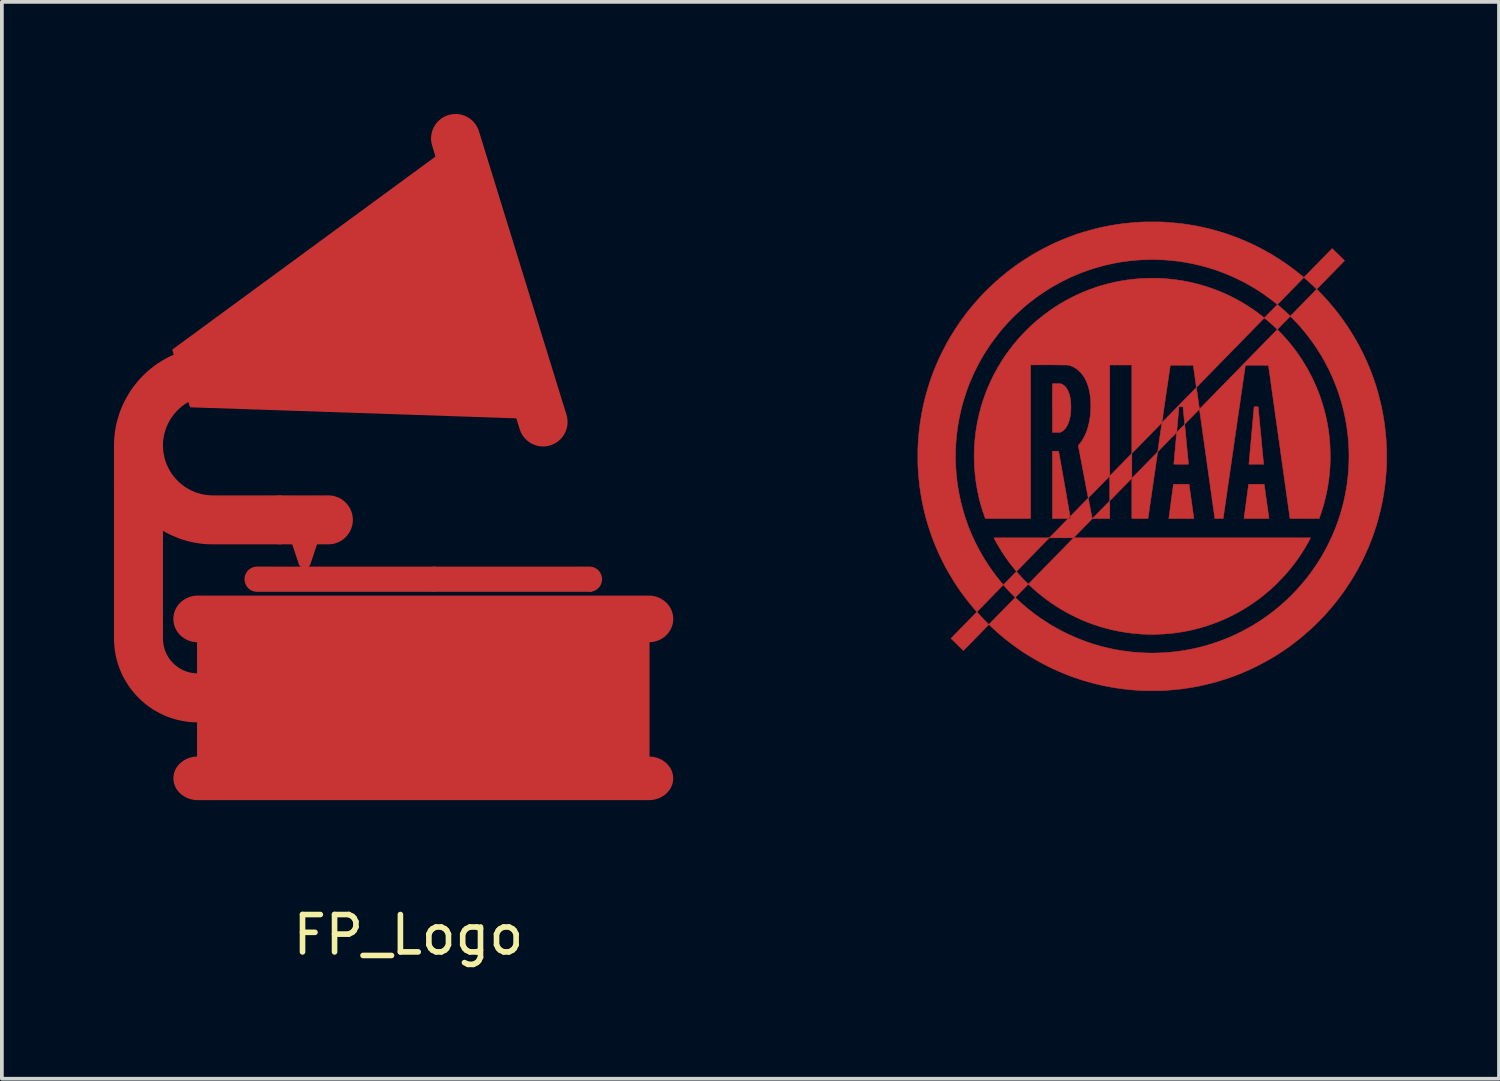
<source format=kicad_pcb>
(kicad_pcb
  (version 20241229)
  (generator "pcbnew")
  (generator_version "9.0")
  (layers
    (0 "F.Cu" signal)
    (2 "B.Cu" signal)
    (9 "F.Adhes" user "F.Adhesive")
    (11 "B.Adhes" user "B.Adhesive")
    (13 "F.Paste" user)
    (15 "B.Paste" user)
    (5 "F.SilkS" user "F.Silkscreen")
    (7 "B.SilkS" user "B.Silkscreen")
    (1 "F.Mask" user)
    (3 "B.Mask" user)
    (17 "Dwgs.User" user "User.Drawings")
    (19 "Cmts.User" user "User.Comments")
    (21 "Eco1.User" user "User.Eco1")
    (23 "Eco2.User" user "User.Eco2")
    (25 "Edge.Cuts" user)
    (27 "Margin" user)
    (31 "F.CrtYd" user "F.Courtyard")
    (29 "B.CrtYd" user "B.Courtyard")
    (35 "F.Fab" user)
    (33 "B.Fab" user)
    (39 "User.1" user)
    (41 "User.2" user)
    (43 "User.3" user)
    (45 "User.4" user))
  (footprint "FP_Logo"
    (layer "F.Cu")
    (at 7.877 10.668)
    (property "Reference" "FP_Logo" (at 0 11.295 0) (layer "F.SilkS") (effects (font (size 1 1) (thickness 0.15))))
    (attr through_hole)
    (fp_poly (pts (xy 18.764 -0.318) (xy 18.302 0.155) (xy 18.533 0.156) (xy 18.764 0.155) (xy 18.764 -0.318)) (stroke (width 0.013) (type solid)) (fill yes) (layer "F.Cu"))
    (fp_poly (pts (xy 19.355 -0.922) (xy 19.355 -1.587) (xy 18.764 -0.983) (xy 18.764 -0.318) (xy 19.355 -0.922)) (stroke (width 0.013) (type solid)) (fill yes) (layer "F.Cu"))
    (fp_poly (pts (xy -5.634 5.588) (xy -5.634 6.541) (xy 6.431 6.541) (xy 6.431 3.366) (xy -5.634 3.366) (xy -5.634 4.318) (xy -5.634 5.588)) (stroke (width 0.04) (type solid)) (fill yes) (layer "F.Cu"))
    (fp_poly (pts (xy 20.769 -2.368) (xy 20.555 -2.15) (xy 20.478 -1.299) (xy 20.576 -1.298) (xy 20.674 -1.297) (xy 20.871 -1.298) (xy 20.769 -2.368)) (stroke (width 0.013) (type solid)) (fill yes) (layer "F.Cu"))
    (fp_poly (pts (xy 0.748 -9.522) (xy -6.296 -4.356) (xy -6.269 -4.267) (xy -5.891 -3.043) (xy -5.828 -2.84) (xy 2.903 -2.545) (xy 2.159 -4.953) (xy 0.748 -9.522)) (stroke (width 0.04) (type solid)) (fill yes) (layer "F.Cu"))
    (fp_poly (pts (xy 22.479 -0.762) (xy 22.688 -0.762) (xy 22.792 -0.762) (xy 22.896 -0.76) (xy 23.024 0.154) (xy 22.69 0.156) (xy 22.356 0.154) (xy 22.479 -0.762)) (stroke (width 0.013) (type solid)) (fill yes) (layer "F.Cu"))
    (fp_poly (pts (xy 17.147 0.672) (xy 17.796 0.672) (xy 18.302 0.155) (xy 18.294 0.155) (xy 18.189 -0.394) (xy 17.703 0.103) (xy 17.712 0.155) (xy 17.652 0.155) (xy 17.147 0.672)) (stroke (width 0.013) (type solid)) (fill yes) (layer "F.Cu"))
    (fp_poly (pts (xy 20.047 -1.63) (xy 19.355 -0.922) (xy 19.355 0.154) (xy 19.409 0.155) (xy 19.463 0.156) (xy 19.571 0.156) (xy 19.679 0.155) (xy 19.787 0.156) (xy 20.047 -1.63)) (stroke (width 0.013) (type solid)) (fill yes) (layer "F.Cu"))
    (fp_poly (pts (xy 20.468 -0.762) (xy 20.677 -0.762) (xy 20.781 -0.762) (xy 20.886 -0.761) (xy 21.014 0.155) (xy 20.68 0.156) (xy 20.345 0.154) (xy 20.468 -0.762) (xy 20.468 -0.762)) (stroke (width 0.013) (type solid)) (fill yes) (layer "F.Cu"))
    (fp_poly (pts (xy 17.652 0.155) (xy 17.703 0.103) (xy 17.551 -0.772) (xy 17.397 -1.647) (xy 17.314 -1.647) (xy 17.272 -1.647) (xy 17.23 -1.646) (xy 17.23 0.155) (xy 17.441 0.156) (xy 17.652 0.155)) (stroke (width 0.013) (type solid)) (fill yes) (layer "F.Cu"))
    (fp_poly (pts (xy 16.268 1.571) (xy 17.147 0.672) (xy 15.666 0.672) (xy 15.729 0.792) (xy 15.796 0.909) (xy 15.867 1.025) (xy 15.941 1.139) (xy 16.018 1.25) (xy 16.098 1.359) (xy 16.182 1.466) (xy 16.268 1.571)) (stroke (width 0.013) (type solid)) (fill yes) (layer "F.Cu"))
    (fp_poly (pts (xy 15.531 2.989) (xy 15.489 2.949) (xy 15.448 2.908) (xy 15.407 2.866) (xy 15.367 2.825) (xy 15.327 2.783) (xy 15.287 2.74) (xy 15.248 2.697) (xy 15.209 2.654) (xy 14.516 3.363) (xy 14.848 3.688) (xy 15.531 2.989)) (stroke (width 0.013) (type solid)) (fill yes) (layer "F.Cu"))
    (fp_poly (pts (xy 23.958 -6.294) (xy 24.003 -6.256) (xy 24.048 -6.217) (xy 24.092 -6.177) (xy 24.136 -6.137) (xy 24.178 -6.099) (xy 24.219 -6.06) (xy 24.26 -6.021) (xy 24.301 -5.981) (xy 25.046 -6.743) (xy 24.714 -7.068) (xy 23.958 -6.294)) (stroke (width 0.013) (type solid)) (fill yes) (layer "F.Cu"))
    (fp_poly (pts (xy 21.164 -2.772) (xy 21.082 -3.353) (xy 20.16 -2.41) (xy 20.102 -2.012) (xy 20.047 -1.63) (xy 20.555 -2.15) (xy 20.617 -2.835) (xy 20.644 -2.836) (xy 20.67 -2.836) (xy 20.697 -2.835) (xy 20.724 -2.835) (xy 20.769 -2.368) (xy 21.164 -2.772)) (stroke (width 0.013) (type solid)) (fill yes) (layer "F.Cu"))
    (fp_poly (pts (xy 22.9 -5.213) (xy 22.945 -5.176) (xy 22.989 -5.138) (xy 23.033 -5.1) (xy 23.077 -5.062) (xy 23.12 -5.023) (xy 23.163 -4.983) (xy 23.205 -4.943) (xy 23.246 -4.902) (xy 23.595 -5.259) (xy 23.553 -5.299) (xy 23.511 -5.339) (xy 23.468 -5.379) (xy 23.426 -5.418) (xy 23.382 -5.457) (xy 23.338 -5.495) (xy 23.294 -5.533) (xy 23.25 -5.57) (xy 22.9 -5.213)) (stroke (width 0.013) (type solid)) (fill yes) (layer "F.Cu"))
    (fp_poly (pts (xy 16.237 2.267) (xy 16.586 1.91) (xy 16.541 1.867) (xy 16.497 1.823) (xy 16.453 1.778) (xy 16.432 1.755) (xy 16.41 1.732) (xy 16.374 1.693) (xy 16.338 1.652) (xy 16.303 1.612) (xy 16.268 1.571) (xy 15.918 1.929) (xy 15.956 1.973) (xy 15.994 2.017) (xy 16.034 2.059) (xy 16.073 2.102) (xy 16.113 2.144) (xy 16.154 2.186) (xy 16.195 2.227) (xy 16.237 2.267)) (stroke (width 0.013) (type solid)) (fill yes) (layer "F.Cu"))
    (fp_poly (pts (xy 22.621 -2.779) (xy 22.622 -2.782) (xy 22.622 -2.786) (xy 22.623 -2.793) (xy 22.623 -2.8) (xy 22.624 -2.808) (xy 22.624 -2.811) (xy 22.625 -2.815) (xy 22.626 -2.818) (xy 22.626 -2.822) (xy 22.628 -2.825) (xy 22.629 -2.829) (xy 22.631 -2.832) (xy 22.632 -2.833) (xy 22.633 -2.835) (xy 22.645 -2.836) (xy 22.658 -2.836) (xy 22.671 -2.836) (xy 22.683 -2.836) (xy 22.709 -2.835) (xy 22.734 -2.834) (xy 22.881 -1.298) (xy 22.684 -1.298) (xy 22.586 -1.298) (xy 22.488 -1.299) (xy 22.621 -2.779)) (stroke (width 0.013) (type solid)) (fill yes) (layer "F.Cu"))
    (fp_poly (pts (xy 23.246 -4.902) (xy 21.164 -2.772) (xy 21.575 0.153) (xy 21.603 0.155) (xy 21.631 0.155) (xy 21.687 0.156) (xy 21.798 0.156) (xy 22.393 -3.946) (xy 22.701 -3.947) (xy 22.856 -3.946) (xy 23.01 -3.945) (xy 23.586 0.154) (xy 23.781 0.156) (xy 23.976 0.156) (xy 24.367 0.154) (xy 24.433 -0.035) (xy 24.491 -0.226) (xy 24.54 -0.42) (xy 24.581 -0.616) (xy 24.615 -0.813) (xy 24.639 -1.012) (xy 24.656 -1.211) (xy 24.664 -1.411) (xy 24.664 -1.611) (xy 24.656 -1.811) (xy 24.64 -2.01) (xy 24.615 -2.209) (xy 24.582 -2.406) (xy 24.54 -2.602) (xy 24.49 -2.796) (xy 24.432 -2.987) (xy 24.403 -3.075) (xy 24.372 -3.162) (xy 24.339 -3.249) (xy 24.304 -3.334) (xy 24.23 -3.504) (xy 24.149 -3.67) (xy 24.062 -3.833) (xy 23.969 -3.993) (xy 23.869 -4.149) (xy 23.764 -4.301) (xy 23.705 -4.381) (xy 23.644 -4.459) (xy 23.582 -4.537) (xy 23.518 -4.613) (xy 23.452 -4.687) (xy 23.385 -4.76) (xy 23.316 -4.832) (xy 23.246 -4.902)) (stroke (width 0.013) (type solid)) (fill yes) (layer "F.Cu"))
    (fp_poly (pts (xy -2.916 1.361) (xy -2.914 1.367) (xy -2.912 1.373) (xy -2.909 1.379) (xy -2.906 1.384) (xy -2.903 1.389) (xy -2.9 1.395) (xy -2.897 1.399) (xy -2.894 1.404) (xy -2.89 1.409) (xy -2.886 1.413) (xy -2.882 1.417) (xy -2.878 1.421) (xy -2.874 1.425) (xy -2.87 1.429) (xy -2.865 1.432) (xy -2.861 1.435) (xy -2.856 1.438) (xy -2.852 1.441) (xy -2.847 1.444) (xy -2.842 1.446) (xy -2.837 1.449) (xy -2.832 1.451) (xy -2.827 1.453) (xy -2.822 1.454) (xy -2.811 1.457) (xy -2.801 1.459) (xy -2.79 1.46) (xy -2.779 1.461) (xy -2.775 1.461) (xy -2.764 1.46) (xy -2.753 1.459) (xy -2.743 1.457) (xy -2.732 1.454) (xy -2.722 1.451) (xy -2.712 1.446) (xy -2.702 1.441) (xy -2.693 1.435) (xy -2.684 1.429) (xy -2.676 1.421) (xy -2.672 1.417) (xy -2.668 1.413) (xy -2.664 1.409) (xy -2.66 1.404) (xy -2.657 1.399) (xy -2.654 1.395) (xy -2.651 1.389) (xy -2.648 1.384) (xy -2.645 1.379) (xy -2.642 1.373) (xy -2.64 1.367) (xy -2.638 1.361) (xy -2.459 0.826) (xy -3.094 0.826) (xy -2.916 1.361)) (stroke (width 0.04) (type solid)) (fill yes) (layer "F.Cu"))
    (fp_poly (pts (xy 17.796 0.672) (xy 16.586 1.91) (xy 16.703 2.021) (xy 16.824 2.127) (xy 16.948 2.228) (xy 17.076 2.326) (xy 17.207 2.419) (xy 17.341 2.508) (xy 17.478 2.593) (xy 17.618 2.672) (xy 17.76 2.747) (xy 17.905 2.817) (xy 18.052 2.882) (xy 18.201 2.943) (xy 18.352 2.997) (xy 18.505 3.047) (xy 18.66 3.091) (xy 18.816 3.13) (xy 18.914 3.152) (xy 19.012 3.172) (xy 19.111 3.189) (xy 19.21 3.205) (xy 19.41 3.229) (xy 19.61 3.246) (xy 19.81 3.254) (xy 20.011 3.253) (xy 20.211 3.245) (xy 20.411 3.228) (xy 20.567 3.208) (xy 20.723 3.184) (xy 20.877 3.155) (xy 21.031 3.12) (xy 21.183 3.08) (xy 21.334 3.035) (xy 21.483 2.985) (xy 21.63 2.931) (xy 21.776 2.871) (xy 21.92 2.807) (xy 22.061 2.738) (xy 22.2 2.664) (xy 22.336 2.586) (xy 22.47 2.503) (xy 22.601 2.416) (xy 22.729 2.324) (xy 22.838 2.242) (xy 22.944 2.156) (xy 23.048 2.067) (xy 23.15 1.975) (xy 23.248 1.88) (xy 23.344 1.782) (xy 23.437 1.682) (xy 23.528 1.579) (xy 23.615 1.474) (xy 23.699 1.366) (xy 23.78 1.256) (xy 23.858 1.143) (xy 23.933 1.028) (xy 24.004 0.912) (xy 24.072 0.793) (xy 24.136 0.672) (xy 17.796 0.672)) (stroke (width 0.013) (type solid)) (fill yes) (layer "F.Cu"))
    (fp_poly (pts (xy -6.587 3.366) (xy -6.587 0.448) (xy -6.722 0.36) (xy -6.852 0.264) (xy -6.975 0.161) (xy -7.092 0.051) (xy -7.202 -0.067) (xy -7.304 -0.191) (xy -7.399 -0.321) (xy -7.486 -0.457) (xy -7.527 -0.527) (xy -7.565 -0.598) (xy -7.601 -0.671) (xy -7.635 -0.745) (xy -7.667 -0.82) (xy -7.696 -0.897) (xy -7.723 -0.974) (xy -7.748 -1.052) (xy -7.77 -1.132) (xy -7.79 -1.213) (xy -7.807 -1.294) (xy -7.822 -1.376) (xy -7.834 -1.46) (xy -7.844 -1.544) (xy -7.851 -1.628) (xy -7.855 -1.714) (xy -7.857 -1.714) (xy -7.857 3.366) (xy -7.854 3.48) (xy -7.845 3.593) (xy -7.831 3.704) (xy -7.812 3.814) (xy -7.787 3.921) (xy -7.757 4.027) (xy -7.722 4.13) (xy -7.682 4.231) (xy -7.638 4.33) (xy -7.589 4.425) (xy -7.535 4.518) (xy -7.477 4.609) (xy -7.415 4.696) (xy -7.349 4.78) (xy -7.28 4.86) (xy -7.206 4.938) (xy -7.129 5.011) (xy -7.048 5.081) (xy -6.964 5.147) (xy -6.877 5.209) (xy -6.787 5.267) (xy -6.694 5.32) (xy -6.598 5.369) (xy -6.5 5.414) (xy -6.399 5.454) (xy -6.295 5.489) (xy -6.19 5.519) (xy -6.082 5.543) (xy -5.973 5.563) (xy -5.862 5.577) (xy -5.749 5.586) (xy -5.634 5.588) (xy -5.634 4.318) (xy -5.683 4.317) (xy -5.732 4.314) (xy -5.779 4.308) (xy -5.826 4.299) (xy -5.872 4.288) (xy -5.918 4.276) (xy -5.962 4.261) (xy -6.005 4.244) (xy -6.047 4.225) (xy -6.088 4.204) (xy -6.128 4.181) (xy -6.167 4.156) (xy -6.204 4.129) (xy -6.24 4.101) (xy -6.275 4.071) (xy -6.308 4.039) (xy -6.339 4.006) (xy -6.369 3.972) (xy -6.398 3.936) (xy -6.424 3.899) (xy -6.449 3.86) (xy -6.472 3.82) (xy -6.493 3.779) (xy -6.512 3.737) (xy -6.529 3.693) (xy -6.544 3.649) (xy -6.557 3.604) (xy -6.568 3.558) (xy -6.576 3.511) (xy -6.582 3.463) (xy -6.586 3.415) (xy -6.587 3.366)) (stroke (width 0.04) (type solid)) (fill yes) (layer "F.Cu"))
    (fp_poly (pts (xy 17.234 -3.453) (xy 17.261 -3.453) (xy 17.289 -3.453) (xy 17.345 -3.454) (xy 17.372 -3.454) (xy 17.4 -3.454) (xy 17.428 -3.453) (xy 17.455 -3.45) (xy 17.466 -3.447) (xy 17.477 -3.443) (xy 17.488 -3.438) (xy 17.499 -3.433) (xy 17.509 -3.427) (xy 17.518 -3.421) (xy 17.528 -3.414) (xy 17.537 -3.407) (xy 17.546 -3.399) (xy 17.555 -3.391) (xy 17.563 -3.383) (xy 17.572 -3.375) (xy 17.58 -3.366) (xy 17.587 -3.357) (xy 17.595 -3.348) (xy 17.602 -3.339) (xy 17.613 -3.322) (xy 17.624 -3.305) (xy 17.634 -3.287) (xy 17.644 -3.269) (xy 17.653 -3.25) (xy 17.661 -3.231) (xy 17.668 -3.212) (xy 17.675 -3.193) (xy 17.681 -3.173) (xy 17.687 -3.153) (xy 17.692 -3.133) (xy 17.697 -3.113) (xy 17.701 -3.093) (xy 17.705 -3.073) (xy 17.711 -3.033) (xy 17.718 -2.975) (xy 17.722 -2.917) (xy 17.725 -2.859) (xy 17.725 -2.801) (xy 17.723 -2.743) (xy 17.719 -2.686) (xy 17.713 -2.628) (xy 17.704 -2.571) (xy 17.699 -2.546) (xy 17.694 -2.521) (xy 17.688 -2.496) (xy 17.681 -2.471) (xy 17.673 -2.447) (xy 17.665 -2.423) (xy 17.656 -2.399) (xy 17.646 -2.375) (xy 17.635 -2.352) (xy 17.624 -2.329) (xy 17.611 -2.307) (xy 17.597 -2.286) (xy 17.582 -2.265) (xy 17.566 -2.245) (xy 17.549 -2.226) (xy 17.53 -2.208) (xy 17.518 -2.198) (xy 17.506 -2.188) (xy 17.499 -2.184) (xy 17.493 -2.179) (xy 17.486 -2.174) (xy 17.479 -2.17) (xy 17.472 -2.166) (xy 17.465 -2.162) (xy 17.458 -2.159) (xy 17.45 -2.156) (xy 17.447 -2.155) (xy 17.443 -2.154) (xy 17.439 -2.153) (xy 17.435 -2.152) (xy 17.431 -2.151) (xy 17.427 -2.151) (xy 17.423 -2.151) (xy 17.419 -2.15) (xy 17.396 -2.15) (xy 17.372 -2.15) (xy 17.325 -2.15) (xy 17.277 -2.15) (xy 17.23 -2.15) (xy 17.229 -3.339) (xy 17.229 -3.353) (xy 17.229 -3.368) (xy 17.23 -3.382) (xy 17.23 -3.396) (xy 17.232 -3.425) (xy 17.234 -3.453) (xy 17.234 -3.453)) (stroke (width 0.013) (type solid)) (fill yes) (layer "F.Cu"))
    (fp_poly (pts (xy 6.431 6.541) (xy -5.634 6.541) (xy -5.667 6.542) (xy -5.699 6.544) (xy -5.731 6.547) (xy -5.762 6.552) (xy -5.793 6.559) (xy -5.823 6.566) (xy -5.853 6.575) (xy -5.882 6.585) (xy -5.91 6.597) (xy -5.937 6.609) (xy -5.964 6.623) (xy -5.989 6.637) (xy -6.014 6.653) (xy -6.038 6.67) (xy -6.061 6.688) (xy -6.083 6.706) (xy -6.104 6.726) (xy -6.124 6.747) (xy -6.143 6.768) (xy -6.161 6.79) (xy -6.178 6.813) (xy -6.193 6.837) (xy -6.207 6.861) (xy -6.22 6.886) (xy -6.231 6.912) (xy -6.241 6.938) (xy -6.249 6.965) (xy -6.257 6.992) (xy -6.262 7.02) (xy -6.266 7.048) (xy -6.269 7.077) (xy -6.269 7.106) (xy -6.269 7.135) (xy -6.266 7.164) (xy -6.262 7.192) (xy -6.257 7.22) (xy -6.249 7.247) (xy -6.241 7.274) (xy -6.231 7.3) (xy -6.22 7.326) (xy -6.207 7.351) (xy -6.193 7.375) (xy -6.178 7.399) (xy -6.161 7.422) (xy -6.143 7.444) (xy -6.124 7.465) (xy -6.104 7.486) (xy -6.083 7.505) (xy -6.061 7.524) (xy -6.038 7.542) (xy -6.014 7.558) (xy -5.989 7.574) (xy -5.964 7.589) (xy -5.937 7.602) (xy -5.91 7.615) (xy -5.882 7.626) (xy -5.853 7.636) (xy -5.823 7.645) (xy -5.793 7.653) (xy -5.762 7.659) (xy -5.731 7.664) (xy -5.699 7.668) (xy -5.667 7.67) (xy -5.634 7.671) (xy 6.431 7.671) (xy 6.463 7.67) (xy 6.495 7.668) (xy 6.527 7.664) (xy 6.559 7.659) (xy 6.589 7.653) (xy 6.619 7.645) (xy 6.649 7.636) (xy 6.678 7.626) (xy 6.706 7.615) (xy 6.733 7.602) (xy 6.76 7.589) (xy 6.786 7.574) (xy 6.811 7.558) (xy 6.834 7.542) (xy 6.858 7.524) (xy 6.88 7.505) (xy 6.901 7.486) (xy 6.921 7.465) (xy 6.939 7.444) (xy 6.957 7.422) (xy 6.974 7.399) (xy 6.989 7.375) (xy 7.003 7.351) (xy 7.016 7.326) (xy 7.027 7.3) (xy 7.037 7.274) (xy 7.046 7.247) (xy 7.053 7.22) (xy 7.058 7.192) (xy 7.062 7.164) (xy 7.065 7.135) (xy 7.066 7.106) (xy 7.065 7.077) (xy 7.062 7.048) (xy 7.058 7.02) (xy 7.053 6.992) (xy 7.046 6.965) (xy 7.037 6.938) (xy 7.027 6.912) (xy 7.016 6.886) (xy 7.003 6.861) (xy 6.989 6.837) (xy 6.974 6.813) (xy 6.957 6.79) (xy 6.939 6.768) (xy 6.921 6.747) (xy 6.901 6.726) (xy 6.88 6.706) (xy 6.858 6.688) (xy 6.834 6.67) (xy 6.81 6.653) (xy 6.786 6.637) (xy 6.76 6.623) (xy 6.733 6.609) (xy 6.706 6.597) (xy 6.678 6.585) (xy 6.649 6.575) (xy 6.619 6.566) (xy 6.589 6.559) (xy 6.559 6.552) (xy 6.527 6.547) (xy 6.495 6.544) (xy 6.463 6.542) (xy 6.431 6.541)) (stroke (width 0.037) (type solid)) (fill yes) (layer "F.Cu"))
    (fp_poly (pts (xy -5.634 2.236) (xy -5.667 2.237) (xy -5.699 2.239) (xy -5.731 2.243) (xy -5.762 2.249) (xy -5.793 2.255) (xy -5.823 2.263) (xy -5.853 2.273) (xy -5.882 2.284) (xy -5.91 2.296) (xy -5.937 2.309) (xy -5.964 2.324) (xy -5.989 2.34) (xy -6.014 2.356) (xy -6.038 2.374) (xy -6.061 2.393) (xy -6.083 2.413) (xy -6.104 2.434) (xy -6.124 2.456) (xy -6.143 2.479) (xy -6.161 2.503) (xy -6.178 2.528) (xy -6.193 2.553) (xy -6.207 2.579) (xy -6.22 2.606) (xy -6.231 2.633) (xy -6.241 2.661) (xy -6.249 2.69) (xy -6.257 2.719) (xy -6.262 2.749) (xy -6.266 2.779) (xy -6.269 2.81) (xy -6.269 2.841) (xy -6.269 2.872) (xy -6.266 2.903) (xy -6.262 2.933) (xy -6.257 2.963) (xy -6.249 2.992) (xy -6.241 3.021) (xy -6.231 3.049) (xy -6.22 3.077) (xy -6.207 3.103) (xy -6.193 3.13) (xy -6.178 3.155) (xy -6.161 3.179) (xy -6.143 3.203) (xy -6.124 3.226) (xy -6.104 3.248) (xy -6.083 3.269) (xy -6.061 3.289) (xy -6.038 3.308) (xy -6.014 3.326) (xy -5.989 3.343) (xy -5.964 3.359) (xy -5.937 3.373) (xy -5.91 3.387) (xy -5.882 3.399) (xy -5.853 3.409) (xy -5.823 3.419) (xy -5.793 3.427) (xy -5.762 3.434) (xy -5.731 3.439) (xy -5.699 3.443) (xy -5.667 3.445) (xy -5.634 3.446) (xy 6.431 3.446) (xy 6.463 3.445) (xy 6.495 3.443) (xy 6.527 3.439) (xy 6.559 3.434) (xy 6.589 3.427) (xy 6.619 3.419) (xy 6.649 3.409) (xy 6.678 3.399) (xy 6.706 3.387) (xy 6.733 3.373) (xy 6.76 3.359) (xy 6.786 3.343) (xy 6.811 3.326) (xy 6.834 3.308) (xy 6.858 3.289) (xy 6.88 3.269) (xy 6.901 3.248) (xy 6.921 3.226) (xy 6.939 3.203) (xy 6.957 3.179) (xy 6.974 3.155) (xy 6.989 3.13) (xy 7.003 3.103) (xy 7.016 3.077) (xy 7.027 3.049) (xy 7.037 3.021) (xy 7.046 2.992) (xy 7.053 2.963) (xy 7.058 2.933) (xy 7.062 2.903) (xy 7.065 2.872) (xy 7.066 2.841) (xy 7.065 2.81) (xy 7.062 2.779) (xy 7.058 2.749) (xy 7.053 2.719) (xy 7.046 2.69) (xy 7.037 2.661) (xy 7.027 2.633) (xy 7.016 2.606) (xy 7.003 2.579) (xy 6.989 2.553) (xy 6.974 2.528) (xy 6.957 2.503) (xy 6.939 2.479) (xy 6.921 2.456) (xy 6.901 2.434) (xy 6.88 2.413) (xy 6.858 2.393) (xy 6.834 2.374) (xy 6.811 2.356) (xy 6.786 2.34) (xy 6.76 2.324) (xy 6.733 2.309) (xy 6.706 2.296) (xy 6.678 2.284) (xy 6.649 2.273) (xy 6.619 2.263) (xy 6.589 2.255) (xy 6.559 2.249) (xy 6.527 2.243) (xy 6.495 2.239) (xy 6.463 2.237) (xy 6.431 2.236) (xy 4.843 2.236) (xy -4.047 2.236) (xy -5.634 2.236)) (stroke (width 0.039) (type solid)) (fill yes) (layer "F.Cu"))
    (fp_poly (pts (xy 2.159 -4.953) (xy 2.996 -2.241) (xy 3.007 -2.21) (xy 3.019 -2.18) (xy 3.032 -2.151) (xy 3.046 -2.123) (xy 3.062 -2.095) (xy 3.079 -2.069) (xy 3.097 -2.044) (xy 3.117 -2.02) (xy 3.137 -1.997) (xy 3.159 -1.975) (xy 3.181 -1.954) (xy 3.205 -1.934) (xy 3.229 -1.915) (xy 3.254 -1.898) (xy 3.28 -1.882) (xy 3.306 -1.867) (xy 3.334 -1.853) (xy 3.362 -1.841) (xy 3.39 -1.83) (xy 3.419 -1.821) (xy 3.449 -1.813) (xy 3.479 -1.806) (xy 3.509 -1.8) (xy 3.539 -1.797) (xy 3.57 -1.794) (xy 3.601 -1.793) (xy 3.633 -1.794) (xy 3.664 -1.796) (xy 3.696 -1.8) (xy 3.727 -1.806) (xy 3.759 -1.813) (xy 3.79 -1.822) (xy 3.821 -1.832) (xy 3.851 -1.844) (xy 3.881 -1.857) (xy 3.909 -1.872) (xy 3.936 -1.888) (xy 3.962 -1.905) (xy 3.988 -1.923) (xy 4.012 -1.942) (xy 4.035 -1.963) (xy 4.057 -1.984) (xy 4.078 -2.007) (xy 4.098 -2.03) (xy 4.116 -2.054) (xy 4.133 -2.08) (xy 4.15 -2.105) (xy 4.164 -2.132) (xy 4.178 -2.159) (xy 4.19 -2.187) (xy 4.201 -2.216) (xy 4.211 -2.245) (xy 4.219 -2.274) (xy 4.226 -2.304) (xy 4.231 -2.334) (xy 4.235 -2.365) (xy 4.237 -2.396) (xy 4.238 -2.427) (xy 4.237 -2.458) (xy 4.235 -2.49) (xy 4.231 -2.521) (xy 4.226 -2.553) (xy 4.219 -2.584) (xy 4.21 -2.616) (xy 1.868 -10.2) (xy 1.858 -10.231) (xy 1.846 -10.261) (xy 1.833 -10.29) (xy 1.818 -10.319) (xy 1.802 -10.346) (xy 1.785 -10.372) (xy 1.767 -10.397) (xy 1.747 -10.422) (xy 1.727 -10.445) (xy 1.706 -10.467) (xy 1.683 -10.488) (xy 1.66 -10.507) (xy 1.635 -10.526) (xy 1.61 -10.543) (xy 1.585 -10.559) (xy 1.558 -10.574) (xy 1.531 -10.588) (xy 1.503 -10.6) (xy 1.474 -10.611) (xy 1.445 -10.621) (xy 1.416 -10.629) (xy 1.386 -10.636) (xy 1.356 -10.641) (xy 1.325 -10.645) (xy 1.294 -10.647) (xy 1.263 -10.648) (xy 1.232 -10.647) (xy 1.2 -10.645) (xy 1.169 -10.641) (xy 1.137 -10.636) (xy 1.105 -10.628) (xy 1.074 -10.62) (xy 1.043 -10.609) (xy 1.013 -10.597) (xy 0.984 -10.584) (xy 0.956 -10.569) (xy 0.928 -10.554) (xy 0.902 -10.537) (xy 0.877 -10.518) (xy 0.853 -10.499) (xy 0.829 -10.478) (xy 0.807 -10.457) (xy 0.787 -10.435) (xy 0.767 -10.411) (xy 0.748 -10.387) (xy 0.731 -10.362) (xy 0.715 -10.336) (xy 0.7 -10.309) (xy 0.686 -10.282) (xy 0.674 -10.254) (xy 0.663 -10.226) (xy 0.653 -10.197) (xy 0.645 -10.167) (xy 0.639 -10.137) (xy 0.633 -10.107) (xy 0.629 -10.076) (xy 0.627 -10.045) (xy 0.626 -10.014) (xy 0.627 -9.983) (xy 0.629 -9.952) (xy 0.633 -9.92) (xy 0.639 -9.888) (xy 0.646 -9.857) (xy 0.655 -9.825) (xy 0.748 -9.522) (xy 2.159 -4.953)) (stroke (width 0.04) (type solid)) (fill yes) (layer "F.Cu"))
    (fp_poly (pts (xy -4.047 0.191) (xy -4.046 0.224) (xy -4.044 0.256) (xy -4.04 0.287) (xy -4.034 0.319) (xy -4.027 0.349) (xy -4.018 0.379) (xy -4.008 0.409) (xy -3.997 0.438) (xy -3.984 0.466) (xy -3.97 0.493) (xy -3.955 0.52) (xy -3.938 0.545) (xy -3.92 0.57) (xy -3.901 0.594) (xy -3.881 0.617) (xy -3.86 0.639) (xy -3.838 0.661) (xy -3.815 0.681) (xy -3.791 0.699) (xy -3.766 0.717) (xy -3.741 0.734) (xy -3.714 0.749) (xy -3.687 0.763) (xy -3.658 0.776) (xy -3.63 0.787) (xy -3.6 0.797) (xy -3.57 0.806) (xy -3.539 0.813) (xy -3.508 0.819) (xy -3.477 0.823) (xy -3.444 0.825) (xy -3.412 0.826) (xy -3.094 0.826) (xy -2.459 0.826) (xy -2.142 0.826) (xy -2.109 0.825) (xy -2.077 0.823) (xy -2.046 0.819) (xy -2.014 0.813) (xy -1.984 0.806) (xy -1.954 0.797) (xy -1.924 0.787) (xy -1.895 0.776) (xy -1.867 0.763) (xy -1.84 0.749) (xy -1.813 0.734) (xy -1.788 0.717) (xy -1.763 0.699) (xy -1.739 0.681) (xy -1.716 0.661) (xy -1.693 0.639) (xy -1.672 0.617) (xy -1.652 0.594) (xy -1.634 0.57) (xy -1.616 0.545) (xy -1.599 0.52) (xy -1.584 0.493) (xy -1.57 0.466) (xy -1.557 0.438) (xy -1.546 0.409) (xy -1.536 0.379) (xy -1.527 0.349) (xy -1.52 0.319) (xy -1.514 0.287) (xy -1.51 0.256) (xy -1.508 0.224) (xy -1.507 0.191) (xy -1.508 0.158) (xy -1.51 0.126) (xy -1.514 0.095) (xy -1.52 0.063) (xy -1.527 0.033) (xy -1.536 0.003) (xy -1.546 -0.027) (xy -1.557 -0.056) (xy -1.57 -0.084) (xy -1.584 -0.111) (xy -1.599 -0.138) (xy -1.616 -0.163) (xy -1.634 -0.188) (xy -1.652 -0.212) (xy -1.672 -0.235) (xy -1.693 -0.257) (xy -1.716 -0.279) (xy -1.739 -0.299) (xy -1.763 -0.317) (xy -1.788 -0.335) (xy -1.813 -0.352) (xy -1.84 -0.367) (xy -1.867 -0.381) (xy -1.895 -0.394) (xy -1.924 -0.405) (xy -1.954 -0.415) (xy -1.984 -0.424) (xy -2.014 -0.431) (xy -2.046 -0.437) (xy -2.077 -0.441) (xy -2.109 -0.443) (xy -2.142 -0.444) (xy -3.094 -0.444) (xy -3.412 -0.444) (xy -3.444 -0.443) (xy -3.477 -0.441) (xy -3.508 -0.437) (xy -3.539 -0.431) (xy -3.57 -0.424) (xy -3.6 -0.415) (xy -3.63 -0.405) (xy -3.658 -0.394) (xy -3.687 -0.381) (xy -3.714 -0.367) (xy -3.741 -0.352) (xy -3.766 -0.335) (xy -3.791 -0.317) (xy -3.815 -0.299) (xy -3.838 -0.279) (xy -3.86 -0.257) (xy -3.881 -0.235) (xy -3.901 -0.212) (xy -3.92 -0.188) (xy -3.938 -0.163) (xy -3.955 -0.138) (xy -3.97 -0.111) (xy -3.984 -0.084) (xy -3.997 -0.056) (xy -4.008 -0.027) (xy -4.018 0.003) (xy -4.027 0.033) (xy -4.034 0.063) (xy -4.04 0.095) (xy -4.044 0.126) (xy -4.046 0.158) (xy -4.047 0.191)) (stroke (width 0.04) (type solid)) (fill yes) (layer "F.Cu"))
    (fp_poly (pts (xy 0.398 1.778) (xy 0.398 1.795) (xy 0.4 1.811) (xy 0.402 1.827) (xy 0.405 1.842) (xy 0.408 1.858) (xy 0.412 1.873) (xy 0.417 1.888) (xy 0.423 1.902) (xy 0.429 1.916) (xy 0.436 1.93) (xy 0.444 1.943) (xy 0.452 1.956) (xy 0.461 1.968) (xy 0.471 1.98) (xy 0.481 1.992) (xy 0.491 2.003) (xy 0.502 2.013) (xy 0.514 2.023) (xy 0.526 2.033) (xy 0.538 2.042) (xy 0.551 2.05) (xy 0.564 2.058) (xy 0.578 2.065) (xy 0.592 2.071) (xy 0.606 2.077) (xy 0.621 2.082) (xy 0.636 2.086) (xy 0.652 2.089) (xy 0.667 2.092) (xy 0.683 2.094) (xy 0.699 2.096) (xy 0.716 2.096) (xy 4.843 2.096) (xy 4.858 2.096) (xy 4.874 2.094) (xy 4.888 2.093) (xy 4.903 2.09) (xy 4.918 2.087) (xy 4.932 2.083) (xy 4.946 2.079) (xy 4.959 2.074) (xy 4.973 2.068) (xy 4.986 2.062) (xy 4.999 2.055) (xy 5.011 2.048) (xy 5.023 2.04) (xy 5.035 2.032) (xy 5.046 2.023) (xy 5.057 2.013) (xy 5.067 2.004) (xy 5.077 1.993) (xy 5.086 1.983) (xy 5.095 1.971) (xy 5.104 1.96) (xy 5.112 1.948) (xy 5.119 1.936) (xy 5.126 1.923) (xy 5.132 1.91) (xy 5.138 1.897) (xy 5.143 1.883) (xy 5.147 1.869) (xy 5.151 1.855) (xy 5.154 1.841) (xy 5.157 1.826) (xy 5.159 1.811) (xy 5.159 1.807) (xy 5.16 1.803) (xy 5.16 1.799) (xy 5.16 1.795) (xy 5.16 1.791) (xy 5.16 1.787) (xy 5.161 1.783) (xy 5.161 1.778) (xy 5.16 1.762) (xy 5.159 1.746) (xy 5.157 1.73) (xy 5.154 1.714) (xy 5.151 1.699) (xy 5.146 1.684) (xy 5.141 1.669) (xy 5.136 1.655) (xy 5.129 1.641) (xy 5.122 1.627) (xy 5.115 1.614) (xy 5.106 1.601) (xy 5.097 1.588) (xy 5.088 1.576) (xy 5.078 1.565) (xy 5.068 1.554) (xy 5.057 1.543) (xy 5.045 1.533) (xy 5.033 1.524) (xy 5.021 1.515) (xy 5.008 1.507) (xy 4.994 1.499) (xy 4.981 1.492) (xy 4.967 1.486) (xy 4.952 1.48) (xy 4.937 1.475) (xy 4.922 1.471) (xy 4.907 1.467) (xy 4.891 1.465) (xy 4.876 1.463) (xy 4.859 1.461) (xy 4.843 1.461) (xy 0.716 1.461) (xy 0.715 1.461) (xy 0.699 1.461) (xy 0.682 1.463) (xy 0.667 1.465) (xy 0.651 1.468) (xy 0.636 1.471) (xy 0.621 1.475) (xy 0.606 1.48) (xy 0.592 1.486) (xy 0.577 1.492) (xy 0.564 1.5) (xy 0.551 1.507) (xy 0.538 1.515) (xy 0.525 1.524) (xy 0.513 1.534) (xy 0.502 1.544) (xy 0.491 1.554) (xy 0.48 1.565) (xy 0.47 1.577) (xy 0.461 1.589) (xy 0.452 1.601) (xy 0.444 1.614) (xy 0.436 1.627) (xy 0.429 1.641) (xy 0.423 1.655) (xy 0.417 1.669) (xy 0.412 1.684) (xy 0.408 1.699) (xy 0.404 1.715) (xy 0.402 1.73) (xy 0.4 1.746) (xy 0.398 1.762) (xy 0.398 1.778)) (stroke (width 0.04) (type solid)) (fill yes) (layer "F.Cu"))
    (fp_poly (pts (xy 18.189 -0.394) (xy 18.764 -0.983) (xy 18.764 -3.953) (xy 19.355 -3.953) (xy 19.355 -1.587) (xy 20.16 -2.41) (xy 20.271 -3.179) (xy 20.385 -3.947) (xy 20.691 -3.946) (xy 20.996 -3.947) (xy 21.005 -3.897) (xy 21.012 -3.846) (xy 21.027 -3.745) (xy 21.041 -3.644) (xy 21.055 -3.542) (xy 21.082 -3.353) (xy 22.9 -5.213) (xy 22.819 -5.277) (xy 22.736 -5.34) (xy 22.652 -5.401) (xy 22.567 -5.46) (xy 22.48 -5.517) (xy 22.392 -5.572) (xy 22.304 -5.626) (xy 22.213 -5.677) (xy 22.122 -5.727) (xy 22.03 -5.774) (xy 21.937 -5.82) (xy 21.842 -5.863) (xy 21.747 -5.904) (xy 21.651 -5.943) (xy 21.554 -5.98) (xy 21.456 -6.015) (xy 21.353 -6.049) (xy 21.249 -6.081) (xy 21.144 -6.111) (xy 21.039 -6.138) (xy 20.933 -6.163) (xy 20.826 -6.185) (xy 20.719 -6.205) (xy 20.612 -6.222) (xy 20.504 -6.237) (xy 20.396 -6.249) (xy 20.287 -6.259) (xy 20.179 -6.267) (xy 20.07 -6.272) (xy 19.961 -6.274) (xy 19.852 -6.274) (xy 19.744 -6.272) (xy 19.57 -6.263) (xy 19.396 -6.248) (xy 19.223 -6.227) (xy 19.051 -6.199) (xy 18.88 -6.165) (xy 18.711 -6.125) (xy 18.543 -6.078) (xy 18.377 -6.026) (xy 18.213 -5.967) (xy 18.051 -5.902) (xy 17.892 -5.832) (xy 17.735 -5.756) (xy 17.582 -5.674) (xy 17.431 -5.586) (xy 17.284 -5.493) (xy 17.14 -5.394) (xy 16.989 -5.282) (xy 16.842 -5.164) (xy 16.699 -5.04) (xy 16.562 -4.91) (xy 16.43 -4.775) (xy 16.304 -4.635) (xy 16.183 -4.491) (xy 16.068 -4.341) (xy 15.958 -4.187) (xy 15.855 -4.029) (xy 15.759 -3.867) (xy 15.668 -3.702) (xy 15.585 -3.533) (xy 15.508 -3.36) (xy 15.439 -3.185) (xy 15.376 -3.007) (xy 15.317 -2.814) (xy 15.266 -2.619) (xy 15.223 -2.423) (xy 15.189 -2.224) (xy 15.163 -2.024) (xy 15.146 -1.824) (xy 15.137 -1.623) (xy 15.137 -1.421) (xy 15.145 -1.22) (xy 15.162 -1.019) (xy 15.186 -0.82) (xy 15.219 -0.621) (xy 15.261 -0.424) (xy 15.31 -0.229) (xy 15.368 -0.036) (xy 15.435 0.154) (xy 16.04 0.156) (xy 16.645 0.154) (xy 16.645 -3.956) (xy 17.137 -3.957) (xy 17.382 -3.955) (xy 17.628 -3.952) (xy 17.641 -3.95) (xy 17.654 -3.948) (xy 17.667 -3.945) (xy 17.681 -3.942) (xy 17.694 -3.939) (xy 17.706 -3.935) (xy 17.719 -3.931) (xy 17.732 -3.926) (xy 17.744 -3.921) (xy 17.757 -3.916) (xy 17.769 -3.911) (xy 17.781 -3.905) (xy 17.793 -3.899) (xy 17.805 -3.893) (xy 17.828 -3.879) (xy 17.86 -3.859) (xy 17.891 -3.837) (xy 17.92 -3.813) (xy 17.948 -3.788) (xy 17.975 -3.762) (xy 18 -3.734) (xy 18.024 -3.705) (xy 18.046 -3.675) (xy 18.068 -3.644) (xy 18.088 -3.612) (xy 18.106 -3.579) (xy 18.124 -3.546) (xy 18.14 -3.512) (xy 18.154 -3.477) (xy 18.168 -3.442) (xy 18.18 -3.406) (xy 18.195 -3.357) (xy 18.208 -3.308) (xy 18.219 -3.258) (xy 18.229 -3.207) (xy 18.237 -3.157) (xy 18.244 -3.106) (xy 18.249 -3.055) (xy 18.253 -3.004) (xy 18.256 -2.952) (xy 18.257 -2.901) (xy 18.257 -2.85) (xy 18.256 -2.798) (xy 18.251 -2.696) (xy 18.242 -2.594) (xy 18.235 -2.54) (xy 18.226 -2.487) (xy 18.217 -2.433) (xy 18.205 -2.38) (xy 18.192 -2.326) (xy 18.178 -2.274) (xy 18.162 -2.222) (xy 18.143 -2.17) (xy 18.123 -2.12) (xy 18.101 -2.07) (xy 18.077 -2.022) (xy 18.051 -1.974) (xy 18.022 -1.928) (xy 17.991 -1.884) (xy 17.958 -1.841) (xy 17.922 -1.799) (xy 18.189 -0.394)) (stroke (width 0.013) (type solid)) (fill yes) (layer "F.Cu"))
    (fp_poly (pts (xy -6.587 0.448) (xy -6.512 0.492) (xy -6.435 0.533) (xy -6.357 0.572) (xy -6.278 0.608) (xy -6.197 0.642) (xy -6.115 0.673) (xy -6.031 0.701) (xy -5.946 0.727) (xy -5.861 0.75) (xy -5.774 0.77) (xy -5.686 0.787) (xy -5.596 0.801) (xy -5.506 0.812) (xy -5.416 0.82) (xy -5.324 0.824) (xy -5.231 0.826) (xy -3.412 0.826) (xy -3.444 0.825) (xy -3.477 0.823) (xy -3.508 0.819) (xy -3.539 0.813) (xy -3.57 0.806) (xy -3.6 0.797) (xy -3.63 0.787) (xy -3.658 0.776) (xy -3.687 0.763) (xy -3.714 0.749) (xy -3.741 0.734) (xy -3.766 0.717) (xy -3.791 0.699) (xy -3.815 0.681) (xy -3.838 0.661) (xy -3.86 0.639) (xy -3.881 0.617) (xy -3.901 0.594) (xy -3.92 0.57) (xy -3.938 0.545) (xy -3.955 0.52) (xy -3.97 0.493) (xy -3.984 0.466) (xy -3.997 0.438) (xy -4.008 0.409) (xy -4.018 0.379) (xy -4.027 0.349) (xy -4.034 0.319) (xy -4.04 0.287) (xy -4.044 0.256) (xy -4.046 0.224) (xy -4.047 0.191) (xy -4.046 0.158) (xy -4.044 0.126) (xy -4.04 0.095) (xy -4.034 0.063) (xy -4.027 0.033) (xy -4.018 0.003) (xy -4.008 -0.027) (xy -3.997 -0.056) (xy -3.984 -0.084) (xy -3.97 -0.111) (xy -3.955 -0.138) (xy -3.938 -0.163) (xy -3.92 -0.188) (xy -3.901 -0.212) (xy -3.881 -0.235) (xy -3.86 -0.257) (xy -3.838 -0.279) (xy -3.815 -0.299) (xy -3.791 -0.317) (xy -3.766 -0.335) (xy -3.741 -0.352) (xy -3.714 -0.367) (xy -3.687 -0.381) (xy -3.658 -0.394) (xy -3.63 -0.405) (xy -3.6 -0.415) (xy -3.57 -0.424) (xy -3.539 -0.431) (xy -3.508 -0.437) (xy -3.477 -0.441) (xy -3.444 -0.443) (xy -3.412 -0.444) (xy -5.231 -0.444) (xy -5.301 -0.446) (xy -5.37 -0.451) (xy -5.437 -0.46) (xy -5.504 -0.472) (xy -5.57 -0.487) (xy -5.634 -0.505) (xy -5.697 -0.526) (xy -5.758 -0.551) (xy -5.818 -0.578) (xy -5.877 -0.608) (xy -5.934 -0.641) (xy -5.989 -0.676) (xy -6.042 -0.714) (xy -6.093 -0.754) (xy -6.142 -0.797) (xy -6.189 -0.842) (xy -6.234 -0.889) (xy -6.277 -0.938) (xy -6.317 -0.989) (xy -6.355 -1.042) (xy -6.39 -1.097) (xy -6.423 -1.154) (xy -6.453 -1.213) (xy -6.48 -1.273) (xy -6.505 -1.334) (xy -6.526 -1.397) (xy -6.544 -1.461) (xy -6.559 -1.527) (xy -6.571 -1.594) (xy -6.58 -1.661) (xy -6.585 -1.73) (xy -6.587 -1.8) (xy -6.584 -1.894) (xy -6.574 -1.987) (xy -6.558 -2.079) (xy -6.535 -2.169) (xy -6.507 -2.256) (xy -6.473 -2.341) (xy -6.434 -2.423) (xy -6.389 -2.503) (xy -6.339 -2.579) (xy -6.284 -2.651) (xy -6.225 -2.72) (xy -6.161 -2.785) (xy -6.093 -2.846) (xy -6.02 -2.901) (xy -5.944 -2.953) (xy -5.864 -2.999) (xy -6.242 -4.223) (xy -6.331 -4.183) (xy -6.419 -4.141) (xy -6.504 -4.095) (xy -6.588 -4.046) (xy -6.67 -3.995) (xy -6.749 -3.94) (xy -6.826 -3.883) (xy -6.901 -3.823) (xy -6.974 -3.761) (xy -7.044 -3.696) (xy -7.111 -3.629) (xy -7.177 -3.559) (xy -7.239 -3.487) (xy -7.299 -3.413) (xy -7.356 -3.337) (xy -7.411 -3.259) (xy -7.463 -3.178) (xy -7.511 -3.096) (xy -7.557 -3.013) (xy -7.6 -2.927) (xy -7.64 -2.84) (xy -7.677 -2.751) (xy -7.71 -2.661) (xy -7.74 -2.57) (xy -7.767 -2.477) (xy -7.791 -2.383) (xy -7.811 -2.288) (xy -7.827 -2.192) (xy -7.84 -2.095) (xy -7.849 -1.998) (xy -7.855 -1.899) (xy -7.857 -1.8) (xy -7.857 -1.778) (xy -7.856 -1.757) (xy -7.855 -1.714) (xy -7.844 -1.544) (xy -7.822 -1.376) (xy -7.79 -1.212) (xy -7.748 -1.052) (xy -7.696 -0.896) (xy -7.635 -0.745) (xy -7.565 -0.598) (xy -7.486 -0.457) (xy -7.399 -0.321) (xy -7.304 -0.191) (xy -7.202 -0.067) (xy -7.092 0.051) (xy -6.975 0.161) (xy -6.852 0.265) (xy -6.722 0.36) (xy -6.587 0.448)) (stroke (width 0.04) (type solid)) (fill yes) (layer "F.Cu"))
    (fp_poly (pts (xy -2.779 1.461) (xy -4.047 1.461) (xy -4.063 1.461) (xy -4.079 1.463) (xy -4.095 1.465) (xy -4.111 1.467) (xy -4.126 1.471) (xy -4.141 1.475) (xy -4.156 1.48) (xy -4.171 1.486) (xy -4.185 1.492) (xy -4.198 1.499) (xy -4.212 1.507) (xy -4.224 1.515) (xy -4.237 1.524) (xy -4.249 1.533) (xy -4.26 1.543) (xy -4.271 1.554) (xy -4.282 1.565) (xy -4.292 1.577) (xy -4.301 1.589) (xy -4.31 1.601) (xy -4.319 1.614) (xy -4.326 1.627) (xy -4.333 1.641) (xy -4.34 1.655) (xy -4.345 1.669) (xy -4.35 1.684) (xy -4.354 1.699) (xy -4.358 1.714) (xy -4.361 1.73) (xy -4.363 1.746) (xy -4.364 1.762) (xy -4.364 1.778) (xy -4.364 1.795) (xy -4.363 1.811) (xy -4.361 1.827) (xy -4.358 1.842) (xy -4.354 1.858) (xy -4.35 1.873) (xy -4.345 1.888) (xy -4.34 1.902) (xy -4.333 1.916) (xy -4.326 1.93) (xy -4.319 1.943) (xy -4.31 1.956) (xy -4.301 1.968) (xy -4.292 1.98) (xy -4.282 1.992) (xy -4.271 2.003) (xy -4.26 2.013) (xy -4.249 2.023) (xy -4.237 2.033) (xy -4.224 2.042) (xy -4.212 2.05) (xy -4.198 2.058) (xy -4.185 2.065) (xy -4.171 2.071) (xy -4.156 2.077) (xy -4.141 2.082) (xy -4.126 2.086) (xy -4.111 2.09) (xy -4.095 2.092) (xy -4.079 2.094) (xy -4.063 2.096) (xy -4.047 2.096) (xy 4.843 2.096) (xy 4.858 2.096) (xy 4.873 2.095) (xy 4.888 2.093) (xy 4.903 2.09) (xy 4.918 2.087) (xy 4.932 2.083) (xy 4.946 2.079) (xy 4.959 2.074) (xy 4.973 2.068) (xy 4.986 2.062) (xy 4.999 2.055) (xy 5.011 2.048) (xy 5.023 2.04) (xy 5.035 2.032) (xy 5.046 2.023) (xy 5.057 2.013) (xy 5.067 2.004) (xy 5.077 1.993) (xy 5.086 1.983) (xy 5.095 1.971) (xy 5.104 1.96) (xy 5.112 1.948) (xy 5.119 1.936) (xy 5.126 1.923) (xy 5.132 1.91) (xy 5.138 1.897) (xy 5.143 1.883) (xy 5.147 1.869) (xy 5.151 1.855) (xy 5.154 1.841) (xy 5.157 1.826) (xy 5.159 1.811) (xy 5.157 1.826) (xy 5.154 1.841) (xy 5.151 1.855) (xy 5.147 1.869) (xy 5.143 1.883) (xy 5.138 1.897) (xy 5.132 1.91) (xy 5.126 1.923) (xy 5.119 1.936) (xy 5.112 1.948) (xy 5.104 1.96) (xy 5.095 1.971) (xy 5.086 1.983) (xy 5.077 1.993) (xy 5.067 2.004) (xy 5.057 2.013) (xy 5.046 2.023) (xy 5.035 2.032) (xy 5.023 2.04) (xy 5.011 2.048) (xy 4.999 2.055) (xy 4.986 2.062) (xy 4.973 2.068) (xy 4.959 2.074) (xy 4.946 2.079) (xy 4.932 2.083) (xy 4.918 2.087) (xy 4.903 2.09) (xy 4.888 2.093) (xy 4.874 2.094) (xy 4.858 2.096) (xy 4.843 2.096) (xy 0.716 2.096) (xy 0.699 2.096) (xy 0.683 2.094) (xy 0.667 2.092) (xy 0.652 2.089) (xy 0.636 2.086) (xy 0.621 2.082) (xy 0.606 2.077) (xy 0.592 2.071) (xy 0.578 2.065) (xy 0.564 2.058) (xy 0.551 2.05) (xy 0.538 2.042) (xy 0.526 2.033) (xy 0.514 2.023) (xy 0.502 2.013) (xy 0.491 2.003) (xy 0.481 1.992) (xy 0.471 1.98) (xy 0.461 1.968) (xy 0.452 1.956) (xy 0.444 1.943) (xy 0.436 1.93) (xy 0.429 1.916) (xy 0.423 1.902) (xy 0.417 1.888) (xy 0.412 1.873) (xy 0.408 1.858) (xy 0.405 1.842) (xy 0.402 1.827) (xy 0.4 1.811) (xy 0.398 1.795) (xy 0.398 1.778) (xy 0.398 1.762) (xy 0.4 1.746) (xy 0.402 1.73) (xy 0.404 1.715) (xy 0.408 1.699) (xy 0.412 1.684) (xy 0.417 1.669) (xy 0.423 1.655) (xy 0.429 1.641) (xy 0.436 1.627) (xy 0.444 1.614) (xy 0.452 1.601) (xy 0.461 1.589) (xy 0.47 1.577) (xy 0.48 1.565) (xy 0.491 1.554) (xy 0.502 1.544) (xy 0.513 1.534) (xy 0.525 1.524) (xy 0.538 1.515) (xy 0.551 1.507) (xy 0.564 1.5) (xy 0.577 1.492) (xy 0.592 1.486) (xy 0.606 1.48) (xy 0.621 1.475) (xy 0.636 1.471) (xy 0.651 1.468) (xy 0.667 1.465) (xy 0.682 1.463) (xy 0.699 1.461) (xy 0.715 1.461) (xy -2.775 1.461) (xy -2.776 1.461) (xy -2.777 1.461) (xy -2.778 1.461) (xy -2.779 1.461) (xy -2.779 1.461)) (stroke (width 0.04) (type solid)) (fill yes) (layer "F.Cu"))
    (fp_poly (pts (xy 19.699 -7.781) (xy 19.516 -7.771) (xy 19.333 -7.757) (xy 19.151 -7.738) (xy 18.969 -7.714) (xy 18.788 -7.684) (xy 18.608 -7.649) (xy 18.429 -7.609) (xy 18.251 -7.563) (xy 18.062 -7.509) (xy 17.875 -7.449) (xy 17.69 -7.382) (xy 17.507 -7.31) (xy 17.326 -7.232) (xy 17.148 -7.148) (xy 16.973 -7.059) (xy 16.8 -6.964) (xy 16.631 -6.864) (xy 16.465 -6.759) (xy 16.302 -6.649) (xy 16.143 -6.533) (xy 15.987 -6.413) (xy 15.836 -6.288) (xy 15.688 -6.158) (xy 15.544 -6.023) (xy 15.414 -5.894) (xy 15.287 -5.761) (xy 15.165 -5.624) (xy 15.047 -5.484) (xy 14.932 -5.34) (xy 14.822 -5.193) (xy 14.716 -5.043) (xy 14.615 -4.889) (xy 14.518 -4.733) (xy 14.426 -4.575) (xy 14.339 -4.413) (xy 14.256 -4.249) (xy 14.178 -4.083) (xy 14.105 -3.914) (xy 14.037 -3.744) (xy 13.975 -3.571) (xy 13.901 -3.345) (xy 13.836 -3.117) (xy 13.78 -2.887) (xy 13.733 -2.654) (xy 13.694 -2.42) (xy 13.664 -2.185) (xy 13.643 -1.948) (xy 13.63 -1.711) (xy 13.63 -1.309) (xy 13.637 -1.157) (xy 13.648 -1.006) (xy 13.662 -0.856) (xy 13.679 -0.706) (xy 13.701 -0.556) (xy 13.725 -0.406) (xy 13.754 -0.258) (xy 13.785 -0.11) (xy 13.821 0.037) (xy 13.859 0.184) (xy 13.902 0.329) (xy 13.948 0.473) (xy 13.997 0.616) (xy 14.05 0.758) (xy 14.107 0.898) (xy 14.167 1.037) (xy 14.217 1.147) (xy 14.269 1.256) (xy 14.323 1.364) (xy 14.38 1.47) (xy 14.438 1.576) (xy 14.499 1.68) (xy 14.561 1.784) (xy 14.626 1.886) (xy 14.692 1.986) (xy 14.76 2.086) (xy 14.831 2.184) (xy 14.903 2.281) (xy 14.977 2.376) (xy 15.053 2.47) (xy 15.13 2.563) (xy 15.209 2.654) (xy 15.918 1.929) (xy 15.835 1.831) (xy 15.755 1.732) (xy 15.677 1.63) (xy 15.602 1.526) (xy 15.529 1.421) (xy 15.459 1.314) (xy 15.391 1.205) (xy 15.327 1.095) (xy 15.264 0.983) (xy 15.205 0.869) (xy 15.148 0.755) (xy 15.094 0.638) (xy 15.043 0.521) (xy 14.995 0.402) (xy 14.95 0.282) (xy 14.908 0.161) (xy 14.847 -0.035) (xy 14.793 -0.235) (xy 14.747 -0.436) (xy 14.709 -0.638) (xy 14.679 -0.842) (xy 14.657 -1.048) (xy 14.643 -1.253) (xy 14.637 -1.46) (xy 14.639 -1.666) (xy 14.649 -1.872) (xy 14.667 -2.077) (xy 14.693 -2.282) (xy 14.727 -2.485) (xy 14.769 -2.687) (xy 14.819 -2.887) (xy 14.877 -3.085) (xy 14.934 -3.256) (xy 14.996 -3.425) (xy 15.065 -3.591) (xy 15.139 -3.755) (xy 15.218 -3.916) (xy 15.304 -4.074) (xy 15.394 -4.23) (xy 15.49 -4.382) (xy 15.59 -4.531) (xy 15.696 -4.676) (xy 15.807 -4.818) (xy 15.922 -4.956) (xy 16.042 -5.09) (xy 16.167 -5.219) (xy 16.296 -5.345) (xy 16.429 -5.465) (xy 16.57 -5.586) (xy 16.716 -5.7) (xy 16.865 -5.81) (xy 17.018 -5.914) (xy 17.175 -6.013) (xy 17.335 -6.106) (xy 17.499 -6.194) (xy 17.665 -6.276) (xy 17.834 -6.352) (xy 18.006 -6.422) (xy 18.18 -6.485) (xy 18.356 -6.543) (xy 18.534 -6.594) (xy 18.714 -6.639) (xy 18.895 -6.678) (xy 19.078 -6.71) (xy 19.147 -6.72) (xy 19.216 -6.729) (xy 19.285 -6.738) (xy 19.354 -6.746) (xy 19.424 -6.752) (xy 19.493 -6.758) (xy 19.563 -6.763) (xy 19.632 -6.767) (xy 19.829 -6.774) (xy 20.027 -6.773) (xy 20.223 -6.764) (xy 20.42 -6.749) (xy 20.616 -6.726) (xy 20.81 -6.695) (xy 21.004 -6.657) (xy 21.196 -6.613) (xy 21.386 -6.561) (xy 21.574 -6.502) (xy 21.76 -6.436) (xy 21.943 -6.363) (xy 22.123 -6.283) (xy 22.3 -6.196) (xy 22.474 -6.103) (xy 22.644 -6.003) (xy 22.723 -5.954) (xy 22.801 -5.903) (xy 22.878 -5.851) (xy 22.954 -5.797) (xy 23.03 -5.742) (xy 23.104 -5.686) (xy 23.177 -5.629) (xy 23.25 -5.57) (xy 23.958 -6.294) (xy 23.831 -6.399) (xy 23.702 -6.5) (xy 23.57 -6.598) (xy 23.436 -6.693) (xy 23.299 -6.783) (xy 23.16 -6.871) (xy 23.018 -6.954) (xy 22.875 -7.034) (xy 22.73 -7.11) (xy 22.582 -7.183) (xy 22.433 -7.251) (xy 22.282 -7.315) (xy 22.129 -7.376) (xy 21.975 -7.432) (xy 21.819 -7.484) (xy 21.662 -7.532) (xy 21.471 -7.585) (xy 21.279 -7.631) (xy 21.085 -7.671) (xy 20.89 -7.705) (xy 20.694 -7.733) (xy 20.497 -7.754) (xy 20.3 -7.77) (xy 20.102 -7.781) (xy 19.699 -7.781)) (stroke (width 0.013) (type solid)) (fill yes) (layer "F.Cu"))
    (fp_poly (pts (xy 24.301 -5.981) (xy 23.595 -5.259) (xy 23.665 -5.188) (xy 23.734 -5.116) (xy 23.802 -5.043) (xy 23.868 -4.969) (xy 23.933 -4.893) (xy 23.996 -4.816) (xy 24.058 -4.738) (xy 24.118 -4.659) (xy 24.177 -4.579) (xy 24.235 -4.497) (xy 24.291 -4.415) (xy 24.345 -4.331) (xy 24.398 -4.247) (xy 24.449 -4.161) (xy 24.498 -4.075) (xy 24.546 -3.987) (xy 24.625 -3.834) (xy 24.698 -3.679) (xy 24.766 -3.521) (xy 24.829 -3.362) (xy 24.887 -3.2) (xy 24.939 -3.036) (xy 24.986 -2.871) (xy 25.028 -2.704) (xy 25.064 -2.536) (xy 25.095 -2.367) (xy 25.12 -2.197) (xy 25.14 -2.027) (xy 25.154 -1.855) (xy 25.162 -1.684) (xy 25.165 -1.512) (xy 25.162 -1.34) (xy 25.156 -1.202) (xy 25.146 -1.064) (xy 25.133 -0.926) (xy 25.116 -0.789) (xy 25.095 -0.652) (xy 25.071 -0.516) (xy 25.043 -0.38) (xy 25.011 -0.245) (xy 24.976 -0.111) (xy 24.938 0.022) (xy 24.896 0.154) (xy 24.851 0.284) (xy 24.802 0.414) (xy 24.749 0.542) (xy 24.693 0.669) (xy 24.634 0.794) (xy 24.577 0.908) (xy 24.517 1.02) (xy 24.455 1.131) (xy 24.389 1.24) (xy 24.322 1.348) (xy 24.251 1.454) (xy 24.178 1.558) (xy 24.103 1.66) (xy 24.025 1.761) (xy 23.944 1.86) (xy 23.861 1.956) (xy 23.776 2.051) (xy 23.689 2.144) (xy 23.6 2.234) (xy 23.508 2.323) (xy 23.414 2.409) (xy 23.326 2.486) (xy 23.236 2.562) (xy 23.144 2.635) (xy 23.051 2.707) (xy 22.956 2.776) (xy 22.86 2.843) (xy 22.762 2.908) (xy 22.662 2.971) (xy 22.562 3.032) (xy 22.46 3.09) (xy 22.356 3.147) (xy 22.252 3.2) (xy 22.146 3.252) (xy 22.039 3.301) (xy 21.931 3.347) (xy 21.822 3.391) (xy 21.665 3.45) (xy 21.507 3.504) (xy 21.347 3.552) (xy 21.185 3.596) (xy 21.022 3.634) (xy 20.858 3.667) (xy 20.693 3.694) (xy 20.527 3.717) (xy 20.36 3.734) (xy 20.193 3.746) (xy 20.026 3.752) (xy 19.858 3.754) (xy 19.691 3.75) (xy 19.524 3.74) (xy 19.357 3.726) (xy 19.191 3.706) (xy 19.016 3.68) (xy 18.843 3.647) (xy 18.671 3.609) (xy 18.5 3.565) (xy 18.331 3.515) (xy 18.164 3.46) (xy 17.999 3.399) (xy 17.835 3.332) (xy 17.675 3.26) (xy 17.516 3.183) (xy 17.36 3.1) (xy 17.207 3.013) (xy 17.058 2.92) (xy 16.911 2.822) (xy 16.768 2.72) (xy 16.628 2.612) (xy 16.577 2.571) (xy 16.527 2.53) (xy 16.477 2.487) (xy 16.428 2.445) (xy 16.379 2.401) (xy 16.331 2.357) (xy 16.284 2.313) (xy 16.237 2.267) (xy 15.531 2.989) (xy 15.571 3.028) (xy 15.611 3.066) (xy 15.652 3.104) (xy 15.693 3.142) (xy 15.734 3.179) (xy 15.776 3.216) (xy 15.818 3.252) (xy 15.86 3.288) (xy 15.992 3.397) (xy 16.127 3.501) (xy 16.265 3.602) (xy 16.405 3.7) (xy 16.548 3.793) (xy 16.694 3.882) (xy 16.842 3.968) (xy 16.992 4.049) (xy 17.144 4.126) (xy 17.299 4.199) (xy 17.455 4.268) (xy 17.613 4.333) (xy 17.773 4.393) (xy 17.935 4.448) (xy 18.098 4.5) (xy 18.262 4.546) (xy 18.438 4.591) (xy 18.616 4.631) (xy 18.795 4.665) (xy 18.975 4.694) (xy 19.155 4.718) (xy 19.336 4.737) (xy 19.517 4.751) (xy 19.699 4.761) (xy 20.102 4.761) (xy 20.255 4.753) (xy 20.407 4.742) (xy 20.559 4.728) (xy 20.71 4.711) (xy 20.861 4.689) (xy 21.012 4.665) (xy 21.161 4.636) (xy 21.31 4.603) (xy 21.496 4.558) (xy 21.679 4.507) (xy 21.862 4.45) (xy 22.042 4.388) (xy 22.22 4.32) (xy 22.396 4.247) (xy 22.57 4.168) (xy 22.741 4.084) (xy 22.91 3.995) (xy 23.076 3.901) (xy 23.239 3.802) (xy 23.399 3.698) (xy 23.556 3.589) (xy 23.709 3.475) (xy 23.859 3.357) (xy 24.005 3.234) (xy 24.141 3.113) (xy 24.274 2.988) (xy 24.403 2.859) (xy 24.528 2.726) (xy 24.649 2.59) (xy 24.766 2.45) (xy 24.879 2.307) (xy 24.988 2.161) (xy 25.093 2.011) (xy 25.193 1.859) (xy 25.289 1.704) (xy 25.381 1.546) (xy 25.467 1.385) (xy 25.549 1.222) (xy 25.626 1.057) (xy 25.698 0.889) (xy 25.751 0.758) (xy 25.801 0.626) (xy 25.847 0.493) (xy 25.891 0.358) (xy 25.931 0.223) (xy 25.968 0.087) (xy 26.003 -0.05) (xy 26.034 -0.188) (xy 26.062 -0.327) (xy 26.087 -0.466) (xy 26.108 -0.605) (xy 26.127 -0.745) (xy 26.143 -0.886) (xy 26.155 -1.026) (xy 26.165 -1.167) (xy 26.172 -1.308) (xy 26.172 -1.711) (xy 26.156 -1.985) (xy 26.129 -2.258) (xy 26.111 -2.394) (xy 26.091 -2.529) (xy 26.067 -2.664) (xy 26.041 -2.798) (xy 26.011 -2.932) (xy 25.979 -3.065) (xy 25.944 -3.198) (xy 25.906 -3.329) (xy 25.865 -3.46) (xy 25.821 -3.59) (xy 25.774 -3.719) (xy 25.724 -3.846) (xy 25.662 -3.995) (xy 25.596 -4.143) (xy 25.526 -4.289) (xy 25.453 -4.432) (xy 25.376 -4.574) (xy 25.295 -4.714) (xy 25.21 -4.852) (xy 25.122 -4.987) (xy 25.031 -5.12) (xy 24.936 -5.251) (xy 24.838 -5.379) (xy 24.737 -5.505) (xy 24.633 -5.628) (xy 24.525 -5.749) (xy 24.414 -5.866) (xy 24.301 -5.981)) (stroke (width 0.013) (type solid)) (fill yes) (layer "F.Cu"))
    (fp_poly (pts (xy 18.764 -0.318) (xy 18.302 0.155) (xy 18.533 0.156) (xy 18.764 0.155) (xy 18.764 -0.318)) (stroke (width 0.013) (type solid)) (fill yes) (layer "F.Mask"))
    (fp_poly (pts (xy 19.355 -0.922) (xy 19.355 -1.587) (xy 18.764 -0.983) (xy 18.764 -0.318) (xy 19.355 -0.922)) (stroke (width 0.013) (type solid)) (fill yes) (layer "F.Mask"))
    (fp_poly (pts (xy -5.634 5.588) (xy -5.634 6.541) (xy 6.431 6.541) (xy 6.431 3.366) (xy -5.634 3.366) (xy -5.634 4.318) (xy -5.634 5.588)) (stroke (width 0.04) (type solid)) (fill yes) (layer "F.Mask"))
    (fp_poly (pts (xy 20.769 -2.368) (xy 20.555 -2.15) (xy 20.478 -1.299) (xy 20.576 -1.298) (xy 20.674 -1.297) (xy 20.871 -1.298) (xy 20.769 -2.368)) (stroke (width 0.013) (type solid)) (fill yes) (layer "F.Mask"))
    (fp_poly (pts (xy 0.748 -9.522) (xy -6.296 -4.356) (xy -6.269 -4.267) (xy -5.891 -3.043) (xy -5.828 -2.84) (xy 2.903 -2.545) (xy 2.159 -4.953) (xy 0.748 -9.522)) (stroke (width 0.04) (type solid)) (fill yes) (layer "F.Mask"))
    (fp_poly (pts (xy 22.479 -0.762) (xy 22.688 -0.762) (xy 22.792 -0.762) (xy 22.896 -0.76) (xy 23.024 0.154) (xy 22.69 0.156) (xy 22.356 0.154) (xy 22.479 -0.762)) (stroke (width 0.013) (type solid)) (fill yes) (layer "F.Mask"))
    (fp_poly (pts (xy 17.147 0.672) (xy 17.796 0.672) (xy 18.302 0.155) (xy 18.294 0.155) (xy 18.189 -0.394) (xy 17.703 0.103) (xy 17.712 0.155) (xy 17.652 0.155) (xy 17.147 0.672)) (stroke (width 0.013) (type solid)) (fill yes) (layer "F.Mask"))
    (fp_poly (pts (xy 20.047 -1.63) (xy 19.355 -0.922) (xy 19.355 0.154) (xy 19.409 0.155) (xy 19.463 0.156) (xy 19.571 0.156) (xy 19.679 0.155) (xy 19.787 0.156) (xy 20.047 -1.63)) (stroke (width 0.013) (type solid)) (fill yes) (layer "F.Mask"))
    (fp_poly (pts (xy 20.468 -0.762) (xy 20.677 -0.762) (xy 20.781 -0.762) (xy 20.886 -0.761) (xy 21.014 0.155) (xy 20.68 0.156) (xy 20.345 0.154) (xy 20.468 -0.762) (xy 20.468 -0.762)) (stroke (width 0.013) (type solid)) (fill yes) (layer "F.Mask"))
    (fp_poly (pts (xy 17.652 0.155) (xy 17.703 0.103) (xy 17.551 -0.772) (xy 17.397 -1.647) (xy 17.314 -1.647) (xy 17.272 -1.647) (xy 17.23 -1.646) (xy 17.23 0.155) (xy 17.441 0.156) (xy 17.652 0.155)) (stroke (width 0.013) (type solid)) (fill yes) (layer "F.Mask"))
    (fp_poly (pts (xy 16.268 1.571) (xy 17.147 0.672) (xy 15.666 0.672) (xy 15.729 0.792) (xy 15.796 0.909) (xy 15.867 1.025) (xy 15.941 1.139) (xy 16.018 1.25) (xy 16.098 1.359) (xy 16.182 1.466) (xy 16.268 1.571)) (stroke (width 0.013) (type solid)) (fill yes) (layer "F.Mask"))
    (fp_poly (pts (xy 15.531 2.989) (xy 15.489 2.949) (xy 15.448 2.908) (xy 15.407 2.866) (xy 15.367 2.825) (xy 15.327 2.783) (xy 15.287 2.74) (xy 15.248 2.697) (xy 15.209 2.654) (xy 14.516 3.363) (xy 14.848 3.688) (xy 15.531 2.989)) (stroke (width 0.013) (type solid)) (fill yes) (layer "F.Mask"))
    (fp_poly (pts (xy 23.958 -6.294) (xy 24.003 -6.256) (xy 24.048 -6.217) (xy 24.092 -6.177) (xy 24.136 -6.137) (xy 24.178 -6.099) (xy 24.219 -6.06) (xy 24.26 -6.021) (xy 24.301 -5.981) (xy 25.046 -6.743) (xy 24.714 -7.068) (xy 23.958 -6.294)) (stroke (width 0.013) (type solid)) (fill yes) (layer "F.Mask"))
    (fp_poly (pts (xy 21.164 -2.772) (xy 21.082 -3.353) (xy 20.16 -2.41) (xy 20.102 -2.012) (xy 20.047 -1.63) (xy 20.555 -2.15) (xy 20.617 -2.835) (xy 20.644 -2.836) (xy 20.67 -2.836) (xy 20.697 -2.835) (xy 20.724 -2.835) (xy 20.769 -2.368) (xy 21.164 -2.772)) (stroke (width 0.013) (type solid)) (fill yes) (layer "F.Mask"))
    (fp_poly (pts (xy 22.9 -5.213) (xy 22.945 -5.176) (xy 22.989 -5.138) (xy 23.033 -5.1) (xy 23.077 -5.062) (xy 23.12 -5.023) (xy 23.163 -4.983) (xy 23.205 -4.943) (xy 23.246 -4.902) (xy 23.595 -5.259) (xy 23.553 -5.299) (xy 23.511 -5.339) (xy 23.468 -5.379) (xy 23.426 -5.418) (xy 23.382 -5.457) (xy 23.338 -5.495) (xy 23.294 -5.533) (xy 23.25 -5.57) (xy 22.9 -5.213)) (stroke (width 0.013) (type solid)) (fill yes) (layer "F.Mask"))
    (fp_poly (pts (xy 16.237 2.267) (xy 16.586 1.91) (xy 16.541 1.867) (xy 16.497 1.823) (xy 16.453 1.778) (xy 16.432 1.755) (xy 16.41 1.732) (xy 16.374 1.693) (xy 16.338 1.652) (xy 16.303 1.612) (xy 16.268 1.571) (xy 15.918 1.929) (xy 15.956 1.973) (xy 15.994 2.017) (xy 16.034 2.059) (xy 16.073 2.102) (xy 16.113 2.144) (xy 16.154 2.186) (xy 16.195 2.227) (xy 16.237 2.267)) (stroke (width 0.013) (type solid)) (fill yes) (layer "F.Mask"))
    (fp_poly (pts (xy 22.621 -2.779) (xy 22.622 -2.782) (xy 22.622 -2.786) (xy 22.623 -2.793) (xy 22.623 -2.8) (xy 22.624 -2.808) (xy 22.624 -2.811) (xy 22.625 -2.815) (xy 22.626 -2.818) (xy 22.626 -2.822) (xy 22.628 -2.825) (xy 22.629 -2.829) (xy 22.631 -2.832) (xy 22.632 -2.833) (xy 22.633 -2.835) (xy 22.645 -2.836) (xy 22.658 -2.836) (xy 22.671 -2.836) (xy 22.683 -2.836) (xy 22.709 -2.835) (xy 22.734 -2.834) (xy 22.881 -1.298) (xy 22.684 -1.298) (xy 22.586 -1.298) (xy 22.488 -1.299) (xy 22.621 -2.779)) (stroke (width 0.013) (type solid)) (fill yes) (layer "F.Mask"))
    (fp_poly (pts (xy 23.246 -4.902) (xy 21.164 -2.772) (xy 21.575 0.153) (xy 21.603 0.155) (xy 21.631 0.155) (xy 21.687 0.156) (xy 21.798 0.156) (xy 22.393 -3.946) (xy 22.701 -3.947) (xy 22.856 -3.946) (xy 23.01 -3.945) (xy 23.586 0.154) (xy 23.781 0.156) (xy 23.976 0.156) (xy 24.367 0.154) (xy 24.433 -0.035) (xy 24.491 -0.226) (xy 24.54 -0.42) (xy 24.581 -0.616) (xy 24.615 -0.813) (xy 24.639 -1.012) (xy 24.656 -1.211) (xy 24.664 -1.411) (xy 24.664 -1.611) (xy 24.656 -1.811) (xy 24.64 -2.01) (xy 24.615 -2.209) (xy 24.582 -2.406) (xy 24.54 -2.602) (xy 24.49 -2.796) (xy 24.432 -2.987) (xy 24.403 -3.075) (xy 24.372 -3.162) (xy 24.339 -3.249) (xy 24.304 -3.334) (xy 24.23 -3.504) (xy 24.149 -3.67) (xy 24.062 -3.833) (xy 23.969 -3.993) (xy 23.869 -4.149) (xy 23.764 -4.301) (xy 23.705 -4.381) (xy 23.644 -4.459) (xy 23.582 -4.537) (xy 23.518 -4.613) (xy 23.452 -4.687) (xy 23.385 -4.76) (xy 23.316 -4.832) (xy 23.246 -4.902)) (stroke (width 0.013) (type solid)) (fill yes) (layer "F.Mask"))
    (fp_poly (pts (xy -2.916 1.361) (xy -2.914 1.367) (xy -2.912 1.373) (xy -2.909 1.379) (xy -2.906 1.384) (xy -2.903 1.389) (xy -2.9 1.395) (xy -2.897 1.399) (xy -2.894 1.404) (xy -2.89 1.409) (xy -2.886 1.413) (xy -2.882 1.417) (xy -2.878 1.421) (xy -2.874 1.425) (xy -2.87 1.429) (xy -2.865 1.432) (xy -2.861 1.435) (xy -2.856 1.438) (xy -2.852 1.441) (xy -2.847 1.444) (xy -2.842 1.446) (xy -2.837 1.449) (xy -2.832 1.451) (xy -2.827 1.453) (xy -2.822 1.454) (xy -2.811 1.457) (xy -2.801 1.459) (xy -2.79 1.46) (xy -2.779 1.461) (xy -2.775 1.461) (xy -2.764 1.46) (xy -2.753 1.459) (xy -2.743 1.457) (xy -2.732 1.454) (xy -2.722 1.451) (xy -2.712 1.446) (xy -2.702 1.441) (xy -2.693 1.435) (xy -2.684 1.429) (xy -2.676 1.421) (xy -2.672 1.417) (xy -2.668 1.413) (xy -2.664 1.409) (xy -2.66 1.404) (xy -2.657 1.399) (xy -2.654 1.395) (xy -2.651 1.389) (xy -2.648 1.384) (xy -2.645 1.379) (xy -2.642 1.373) (xy -2.64 1.367) (xy -2.638 1.361) (xy -2.459 0.826) (xy -3.094 0.826) (xy -2.916 1.361)) (stroke (width 0.04) (type solid)) (fill yes) (layer "F.Mask"))
    (fp_poly (pts (xy 17.796 0.672) (xy 16.586 1.91) (xy 16.703 2.021) (xy 16.824 2.127) (xy 16.948 2.228) (xy 17.076 2.326) (xy 17.207 2.419) (xy 17.341 2.508) (xy 17.478 2.593) (xy 17.618 2.672) (xy 17.76 2.747) (xy 17.905 2.817) (xy 18.052 2.882) (xy 18.201 2.943) (xy 18.352 2.997) (xy 18.505 3.047) (xy 18.66 3.091) (xy 18.816 3.13) (xy 18.914 3.152) (xy 19.012 3.172) (xy 19.111 3.189) (xy 19.21 3.205) (xy 19.41 3.229) (xy 19.61 3.246) (xy 19.81 3.254) (xy 20.011 3.253) (xy 20.211 3.245) (xy 20.411 3.228) (xy 20.567 3.208) (xy 20.723 3.184) (xy 20.877 3.155) (xy 21.031 3.12) (xy 21.183 3.08) (xy 21.334 3.035) (xy 21.483 2.985) (xy 21.63 2.931) (xy 21.776 2.871) (xy 21.92 2.807) (xy 22.061 2.738) (xy 22.2 2.664) (xy 22.336 2.586) (xy 22.47 2.503) (xy 22.601 2.416) (xy 22.729 2.324) (xy 22.838 2.242) (xy 22.944 2.156) (xy 23.048 2.067) (xy 23.15 1.975) (xy 23.248 1.88) (xy 23.344 1.782) (xy 23.437 1.682) (xy 23.528 1.579) (xy 23.615 1.474) (xy 23.699 1.366) (xy 23.78 1.256) (xy 23.858 1.143) (xy 23.933 1.028) (xy 24.004 0.912) (xy 24.072 0.793) (xy 24.136 0.672) (xy 17.796 0.672)) (stroke (width 0.013) (type solid)) (fill yes) (layer "F.Mask"))
    (fp_poly (pts (xy -6.587 3.366) (xy -6.587 0.448) (xy -6.722 0.36) (xy -6.852 0.264) (xy -6.975 0.161) (xy -7.092 0.051) (xy -7.202 -0.067) (xy -7.304 -0.191) (xy -7.399 -0.321) (xy -7.486 -0.457) (xy -7.527 -0.527) (xy -7.565 -0.598) (xy -7.601 -0.671) (xy -7.635 -0.745) (xy -7.667 -0.82) (xy -7.696 -0.897) (xy -7.723 -0.974) (xy -7.748 -1.052) (xy -7.77 -1.132) (xy -7.79 -1.213) (xy -7.807 -1.294) (xy -7.822 -1.376) (xy -7.834 -1.46) (xy -7.844 -1.544) (xy -7.851 -1.628) (xy -7.855 -1.714) (xy -7.857 -1.714) (xy -7.857 3.366) (xy -7.854 3.48) (xy -7.845 3.593) (xy -7.831 3.704) (xy -7.812 3.814) (xy -7.787 3.921) (xy -7.757 4.027) (xy -7.722 4.13) (xy -7.682 4.231) (xy -7.638 4.33) (xy -7.589 4.425) (xy -7.535 4.518) (xy -7.477 4.609) (xy -7.415 4.696) (xy -7.349 4.78) (xy -7.28 4.86) (xy -7.206 4.938) (xy -7.129 5.011) (xy -7.048 5.081) (xy -6.964 5.147) (xy -6.877 5.209) (xy -6.787 5.267) (xy -6.694 5.32) (xy -6.598 5.369) (xy -6.5 5.414) (xy -6.399 5.454) (xy -6.295 5.489) (xy -6.19 5.519) (xy -6.082 5.543) (xy -5.973 5.563) (xy -5.862 5.577) (xy -5.749 5.586) (xy -5.634 5.588) (xy -5.634 4.318) (xy -5.683 4.317) (xy -5.732 4.314) (xy -5.779 4.308) (xy -5.826 4.299) (xy -5.872 4.288) (xy -5.918 4.276) (xy -5.962 4.261) (xy -6.005 4.244) (xy -6.047 4.225) (xy -6.088 4.204) (xy -6.128 4.181) (xy -6.167 4.156) (xy -6.204 4.129) (xy -6.24 4.101) (xy -6.275 4.071) (xy -6.308 4.039) (xy -6.339 4.006) (xy -6.369 3.972) (xy -6.398 3.936) (xy -6.424 3.899) (xy -6.449 3.86) (xy -6.472 3.82) (xy -6.493 3.779) (xy -6.512 3.737) (xy -6.529 3.693) (xy -6.544 3.649) (xy -6.557 3.604) (xy -6.568 3.558) (xy -6.576 3.511) (xy -6.582 3.463) (xy -6.586 3.415) (xy -6.587 3.366)) (stroke (width 0.04) (type solid)) (fill yes) (layer "F.Mask"))
    (fp_poly (pts (xy 17.234 -3.453) (xy 17.261 -3.453) (xy 17.289 -3.453) (xy 17.345 -3.454) (xy 17.372 -3.454) (xy 17.4 -3.454) (xy 17.428 -3.453) (xy 17.455 -3.45) (xy 17.466 -3.447) (xy 17.477 -3.443) (xy 17.488 -3.438) (xy 17.499 -3.433) (xy 17.509 -3.427) (xy 17.518 -3.421) (xy 17.528 -3.414) (xy 17.537 -3.407) (xy 17.546 -3.399) (xy 17.555 -3.391) (xy 17.563 -3.383) (xy 17.572 -3.375) (xy 17.58 -3.366) (xy 17.587 -3.357) (xy 17.595 -3.348) (xy 17.602 -3.339) (xy 17.613 -3.322) (xy 17.624 -3.305) (xy 17.634 -3.287) (xy 17.644 -3.269) (xy 17.653 -3.25) (xy 17.661 -3.231) (xy 17.668 -3.212) (xy 17.675 -3.193) (xy 17.681 -3.173) (xy 17.687 -3.153) (xy 17.692 -3.133) (xy 17.697 -3.113) (xy 17.701 -3.093) (xy 17.705 -3.073) (xy 17.711 -3.033) (xy 17.718 -2.975) (xy 17.722 -2.917) (xy 17.725 -2.859) (xy 17.725 -2.801) (xy 17.723 -2.743) (xy 17.719 -2.686) (xy 17.713 -2.628) (xy 17.704 -2.571) (xy 17.699 -2.546) (xy 17.694 -2.521) (xy 17.688 -2.496) (xy 17.681 -2.471) (xy 17.673 -2.447) (xy 17.665 -2.423) (xy 17.656 -2.399) (xy 17.646 -2.375) (xy 17.635 -2.352) (xy 17.624 -2.329) (xy 17.611 -2.307) (xy 17.597 -2.286) (xy 17.582 -2.265) (xy 17.566 -2.245) (xy 17.549 -2.226) (xy 17.53 -2.208) (xy 17.518 -2.198) (xy 17.506 -2.188) (xy 17.499 -2.184) (xy 17.493 -2.179) (xy 17.486 -2.174) (xy 17.479 -2.17) (xy 17.472 -2.166) (xy 17.465 -2.162) (xy 17.458 -2.159) (xy 17.45 -2.156) (xy 17.447 -2.155) (xy 17.443 -2.154) (xy 17.439 -2.153) (xy 17.435 -2.152) (xy 17.431 -2.151) (xy 17.427 -2.151) (xy 17.423 -2.151) (xy 17.419 -2.15) (xy 17.396 -2.15) (xy 17.372 -2.15) (xy 17.325 -2.15) (xy 17.277 -2.15) (xy 17.23 -2.15) (xy 17.229 -3.339) (xy 17.229 -3.353) (xy 17.229 -3.368) (xy 17.23 -3.382) (xy 17.23 -3.396) (xy 17.232 -3.425) (xy 17.234 -3.453) (xy 17.234 -3.453)) (stroke (width 0.013) (type solid)) (fill yes) (layer "F.Mask"))
    (fp_poly (pts (xy 6.431 6.541) (xy -5.634 6.541) (xy -5.667 6.542) (xy -5.699 6.544) (xy -5.731 6.547) (xy -5.762 6.552) (xy -5.793 6.559) (xy -5.823 6.566) (xy -5.853 6.575) (xy -5.882 6.585) (xy -5.91 6.597) (xy -5.937 6.609) (xy -5.964 6.623) (xy -5.989 6.637) (xy -6.014 6.653) (xy -6.038 6.67) (xy -6.061 6.688) (xy -6.083 6.706) (xy -6.104 6.726) (xy -6.124 6.747) (xy -6.143 6.768) (xy -6.161 6.79) (xy -6.178 6.813) (xy -6.193 6.837) (xy -6.207 6.861) (xy -6.22 6.886) (xy -6.231 6.912) (xy -6.241 6.938) (xy -6.249 6.965) (xy -6.257 6.992) (xy -6.262 7.02) (xy -6.266 7.048) (xy -6.269 7.077) (xy -6.269 7.106) (xy -6.269 7.135) (xy -6.266 7.164) (xy -6.262 7.192) (xy -6.257 7.22) (xy -6.249 7.247) (xy -6.241 7.274) (xy -6.231 7.3) (xy -6.22 7.326) (xy -6.207 7.351) (xy -6.193 7.375) (xy -6.178 7.399) (xy -6.161 7.422) (xy -6.143 7.444) (xy -6.124 7.465) (xy -6.104 7.486) (xy -6.083 7.505) (xy -6.061 7.524) (xy -6.038 7.542) (xy -6.014 7.558) (xy -5.989 7.574) (xy -5.964 7.589) (xy -5.937 7.602) (xy -5.91 7.615) (xy -5.882 7.626) (xy -5.853 7.636) (xy -5.823 7.645) (xy -5.793 7.653) (xy -5.762 7.659) (xy -5.731 7.664) (xy -5.699 7.668) (xy -5.667 7.67) (xy -5.634 7.671) (xy 6.431 7.671) (xy 6.463 7.67) (xy 6.495 7.668) (xy 6.527 7.664) (xy 6.559 7.659) (xy 6.589 7.653) (xy 6.619 7.645) (xy 6.649 7.636) (xy 6.678 7.626) (xy 6.706 7.615) (xy 6.733 7.602) (xy 6.76 7.589) (xy 6.786 7.574) (xy 6.811 7.558) (xy 6.834 7.542) (xy 6.858 7.524) (xy 6.88 7.505) (xy 6.901 7.486) (xy 6.921 7.465) (xy 6.939 7.444) (xy 6.957 7.422) (xy 6.974 7.399) (xy 6.989 7.375) (xy 7.003 7.351) (xy 7.016 7.326) (xy 7.027 7.3) (xy 7.037 7.274) (xy 7.046 7.247) (xy 7.053 7.22) (xy 7.058 7.192) (xy 7.062 7.164) (xy 7.065 7.135) (xy 7.066 7.106) (xy 7.065 7.077) (xy 7.062 7.048) (xy 7.058 7.02) (xy 7.053 6.992) (xy 7.046 6.965) (xy 7.037 6.938) (xy 7.027 6.912) (xy 7.016 6.886) (xy 7.003 6.861) (xy 6.989 6.837) (xy 6.974 6.813) (xy 6.957 6.79) (xy 6.939 6.768) (xy 6.921 6.747) (xy 6.901 6.726) (xy 6.88 6.706) (xy 6.858 6.688) (xy 6.834 6.67) (xy 6.81 6.653) (xy 6.786 6.637) (xy 6.76 6.623) (xy 6.733 6.609) (xy 6.706 6.597) (xy 6.678 6.585) (xy 6.649 6.575) (xy 6.619 6.566) (xy 6.589 6.559) (xy 6.559 6.552) (xy 6.527 6.547) (xy 6.495 6.544) (xy 6.463 6.542) (xy 6.431 6.541)) (stroke (width 0.037) (type solid)) (fill yes) (layer "F.Mask"))
    (fp_poly (pts (xy -5.634 2.236) (xy -5.667 2.237) (xy -5.699 2.239) (xy -5.731 2.243) (xy -5.762 2.249) (xy -5.793 2.255) (xy -5.823 2.263) (xy -5.853 2.273) (xy -5.882 2.284) (xy -5.91 2.296) (xy -5.937 2.309) (xy -5.964 2.324) (xy -5.989 2.34) (xy -6.014 2.356) (xy -6.038 2.374) (xy -6.061 2.393) (xy -6.083 2.413) (xy -6.104 2.434) (xy -6.124 2.456) (xy -6.143 2.479) (xy -6.161 2.503) (xy -6.178 2.528) (xy -6.193 2.553) (xy -6.207 2.579) (xy -6.22 2.606) (xy -6.231 2.633) (xy -6.241 2.661) (xy -6.249 2.69) (xy -6.257 2.719) (xy -6.262 2.749) (xy -6.266 2.779) (xy -6.269 2.81) (xy -6.269 2.841) (xy -6.269 2.872) (xy -6.266 2.903) (xy -6.262 2.933) (xy -6.257 2.963) (xy -6.249 2.992) (xy -6.241 3.021) (xy -6.231 3.049) (xy -6.22 3.077) (xy -6.207 3.103) (xy -6.193 3.13) (xy -6.178 3.155) (xy -6.161 3.179) (xy -6.143 3.203) (xy -6.124 3.226) (xy -6.104 3.248) (xy -6.083 3.269) (xy -6.061 3.289) (xy -6.038 3.308) (xy -6.014 3.326) (xy -5.989 3.343) (xy -5.964 3.359) (xy -5.937 3.373) (xy -5.91 3.387) (xy -5.882 3.399) (xy -5.853 3.409) (xy -5.823 3.419) (xy -5.793 3.427) (xy -5.762 3.434) (xy -5.731 3.439) (xy -5.699 3.443) (xy -5.667 3.445) (xy -5.634 3.446) (xy 6.431 3.446) (xy 6.463 3.445) (xy 6.495 3.443) (xy 6.527 3.439) (xy 6.559 3.434) (xy 6.589 3.427) (xy 6.619 3.419) (xy 6.649 3.409) (xy 6.678 3.399) (xy 6.706 3.387) (xy 6.733 3.373) (xy 6.76 3.359) (xy 6.786 3.343) (xy 6.811 3.326) (xy 6.834 3.308) (xy 6.858 3.289) (xy 6.88 3.269) (xy 6.901 3.248) (xy 6.921 3.226) (xy 6.939 3.203) (xy 6.957 3.179) (xy 6.974 3.155) (xy 6.989 3.13) (xy 7.003 3.103) (xy 7.016 3.077) (xy 7.027 3.049) (xy 7.037 3.021) (xy 7.046 2.992) (xy 7.053 2.963) (xy 7.058 2.933) (xy 7.062 2.903) (xy 7.065 2.872) (xy 7.066 2.841) (xy 7.065 2.81) (xy 7.062 2.779) (xy 7.058 2.749) (xy 7.053 2.719) (xy 7.046 2.69) (xy 7.037 2.661) (xy 7.027 2.633) (xy 7.016 2.606) (xy 7.003 2.579) (xy 6.989 2.553) (xy 6.974 2.528) (xy 6.957 2.503) (xy 6.939 2.479) (xy 6.921 2.456) (xy 6.901 2.434) (xy 6.88 2.413) (xy 6.858 2.393) (xy 6.834 2.374) (xy 6.811 2.356) (xy 6.786 2.34) (xy 6.76 2.324) (xy 6.733 2.309) (xy 6.706 2.296) (xy 6.678 2.284) (xy 6.649 2.273) (xy 6.619 2.263) (xy 6.589 2.255) (xy 6.559 2.249) (xy 6.527 2.243) (xy 6.495 2.239) (xy 6.463 2.237) (xy 6.431 2.236) (xy 4.843 2.236) (xy -4.047 2.236) (xy -5.634 2.236)) (stroke (width 0.039) (type solid)) (fill yes) (layer "F.Mask"))
    (fp_poly (pts (xy 2.159 -4.953) (xy 2.996 -2.241) (xy 3.007 -2.21) (xy 3.019 -2.18) (xy 3.032 -2.151) (xy 3.046 -2.123) (xy 3.062 -2.095) (xy 3.079 -2.069) (xy 3.097 -2.044) (xy 3.117 -2.02) (xy 3.137 -1.997) (xy 3.159 -1.975) (xy 3.181 -1.954) (xy 3.205 -1.934) (xy 3.229 -1.915) (xy 3.254 -1.898) (xy 3.28 -1.882) (xy 3.306 -1.867) (xy 3.334 -1.853) (xy 3.362 -1.841) (xy 3.39 -1.83) (xy 3.419 -1.821) (xy 3.449 -1.813) (xy 3.479 -1.806) (xy 3.509 -1.8) (xy 3.539 -1.797) (xy 3.57 -1.794) (xy 3.601 -1.793) (xy 3.633 -1.794) (xy 3.664 -1.796) (xy 3.696 -1.8) (xy 3.727 -1.806) (xy 3.759 -1.813) (xy 3.79 -1.822) (xy 3.821 -1.832) (xy 3.851 -1.844) (xy 3.881 -1.857) (xy 3.909 -1.872) (xy 3.936 -1.888) (xy 3.962 -1.905) (xy 3.988 -1.923) (xy 4.012 -1.942) (xy 4.035 -1.963) (xy 4.057 -1.984) (xy 4.078 -2.007) (xy 4.098 -2.03) (xy 4.116 -2.054) (xy 4.133 -2.08) (xy 4.15 -2.105) (xy 4.164 -2.132) (xy 4.178 -2.159) (xy 4.19 -2.187) (xy 4.201 -2.216) (xy 4.211 -2.245) (xy 4.219 -2.274) (xy 4.226 -2.304) (xy 4.231 -2.334) (xy 4.235 -2.365) (xy 4.237 -2.396) (xy 4.238 -2.427) (xy 4.237 -2.458) (xy 4.235 -2.49) (xy 4.231 -2.521) (xy 4.226 -2.553) (xy 4.219 -2.584) (xy 4.21 -2.616) (xy 1.868 -10.2) (xy 1.858 -10.231) (xy 1.846 -10.261) (xy 1.833 -10.29) (xy 1.818 -10.319) (xy 1.802 -10.346) (xy 1.785 -10.372) (xy 1.767 -10.397) (xy 1.747 -10.422) (xy 1.727 -10.445) (xy 1.706 -10.467) (xy 1.683 -10.488) (xy 1.66 -10.507) (xy 1.635 -10.526) (xy 1.61 -10.543) (xy 1.585 -10.559) (xy 1.558 -10.574) (xy 1.531 -10.588) (xy 1.503 -10.6) (xy 1.474 -10.611) (xy 1.445 -10.621) (xy 1.416 -10.629) (xy 1.386 -10.636) (xy 1.356 -10.641) (xy 1.325 -10.645) (xy 1.294 -10.647) (xy 1.263 -10.648) (xy 1.232 -10.647) (xy 1.2 -10.645) (xy 1.169 -10.641) (xy 1.137 -10.636) (xy 1.105 -10.628) (xy 1.074 -10.62) (xy 1.043 -10.609) (xy 1.013 -10.597) (xy 0.984 -10.584) (xy 0.956 -10.569) (xy 0.928 -10.554) (xy 0.902 -10.537) (xy 0.877 -10.518) (xy 0.853 -10.499) (xy 0.829 -10.478) (xy 0.807 -10.457) (xy 0.787 -10.435) (xy 0.767 -10.411) (xy 0.748 -10.387) (xy 0.731 -10.362) (xy 0.715 -10.336) (xy 0.7 -10.309) (xy 0.686 -10.282) (xy 0.674 -10.254) (xy 0.663 -10.226) (xy 0.653 -10.197) (xy 0.645 -10.167) (xy 0.639 -10.137) (xy 0.633 -10.107) (xy 0.629 -10.076) (xy 0.627 -10.045) (xy 0.626 -10.014) (xy 0.627 -9.983) (xy 0.629 -9.952) (xy 0.633 -9.92) (xy 0.639 -9.888) (xy 0.646 -9.857) (xy 0.655 -9.825) (xy 0.748 -9.522) (xy 2.159 -4.953)) (stroke (width 0.04) (type solid)) (fill yes) (layer "F.Mask"))
    (fp_poly (pts (xy -4.047 0.191) (xy -4.046 0.224) (xy -4.044 0.256) (xy -4.04 0.287) (xy -4.034 0.319) (xy -4.027 0.349) (xy -4.018 0.379) (xy -4.008 0.409) (xy -3.997 0.438) (xy -3.984 0.466) (xy -3.97 0.493) (xy -3.955 0.52) (xy -3.938 0.545) (xy -3.92 0.57) (xy -3.901 0.594) (xy -3.881 0.617) (xy -3.86 0.639) (xy -3.838 0.661) (xy -3.815 0.681) (xy -3.791 0.699) (xy -3.766 0.717) (xy -3.741 0.734) (xy -3.714 0.749) (xy -3.687 0.763) (xy -3.658 0.776) (xy -3.63 0.787) (xy -3.6 0.797) (xy -3.57 0.806) (xy -3.539 0.813) (xy -3.508 0.819) (xy -3.477 0.823) (xy -3.444 0.825) (xy -3.412 0.826) (xy -3.094 0.826) (xy -2.459 0.826) (xy -2.142 0.826) (xy -2.109 0.825) (xy -2.077 0.823) (xy -2.046 0.819) (xy -2.014 0.813) (xy -1.984 0.806) (xy -1.954 0.797) (xy -1.924 0.787) (xy -1.895 0.776) (xy -1.867 0.763) (xy -1.84 0.749) (xy -1.813 0.734) (xy -1.788 0.717) (xy -1.763 0.699) (xy -1.739 0.681) (xy -1.716 0.661) (xy -1.693 0.639) (xy -1.672 0.617) (xy -1.652 0.594) (xy -1.634 0.57) (xy -1.616 0.545) (xy -1.599 0.52) (xy -1.584 0.493) (xy -1.57 0.466) (xy -1.557 0.438) (xy -1.546 0.409) (xy -1.536 0.379) (xy -1.527 0.349) (xy -1.52 0.319) (xy -1.514 0.287) (xy -1.51 0.256) (xy -1.508 0.224) (xy -1.507 0.191) (xy -1.508 0.158) (xy -1.51 0.126) (xy -1.514 0.095) (xy -1.52 0.063) (xy -1.527 0.033) (xy -1.536 0.003) (xy -1.546 -0.027) (xy -1.557 -0.056) (xy -1.57 -0.084) (xy -1.584 -0.111) (xy -1.599 -0.138) (xy -1.616 -0.163) (xy -1.634 -0.188) (xy -1.652 -0.212) (xy -1.672 -0.235) (xy -1.693 -0.257) (xy -1.716 -0.279) (xy -1.739 -0.299) (xy -1.763 -0.317) (xy -1.788 -0.335) (xy -1.813 -0.352) (xy -1.84 -0.367) (xy -1.867 -0.381) (xy -1.895 -0.394) (xy -1.924 -0.405) (xy -1.954 -0.415) (xy -1.984 -0.424) (xy -2.014 -0.431) (xy -2.046 -0.437) (xy -2.077 -0.441) (xy -2.109 -0.443) (xy -2.142 -0.444) (xy -3.094 -0.444) (xy -3.412 -0.444) (xy -3.444 -0.443) (xy -3.477 -0.441) (xy -3.508 -0.437) (xy -3.539 -0.431) (xy -3.57 -0.424) (xy -3.6 -0.415) (xy -3.63 -0.405) (xy -3.658 -0.394) (xy -3.687 -0.381) (xy -3.714 -0.367) (xy -3.741 -0.352) (xy -3.766 -0.335) (xy -3.791 -0.317) (xy -3.815 -0.299) (xy -3.838 -0.279) (xy -3.86 -0.257) (xy -3.881 -0.235) (xy -3.901 -0.212) (xy -3.92 -0.188) (xy -3.938 -0.163) (xy -3.955 -0.138) (xy -3.97 -0.111) (xy -3.984 -0.084) (xy -3.997 -0.056) (xy -4.008 -0.027) (xy -4.018 0.003) (xy -4.027 0.033) (xy -4.034 0.063) (xy -4.04 0.095) (xy -4.044 0.126) (xy -4.046 0.158) (xy -4.047 0.191)) (stroke (width 0.04) (type solid)) (fill yes) (layer "F.Mask"))
    (fp_poly (pts (xy 0.398 1.778) (xy 0.398 1.795) (xy 0.4 1.811) (xy 0.402 1.827) (xy 0.405 1.842) (xy 0.408 1.858) (xy 0.412 1.873) (xy 0.417 1.888) (xy 0.423 1.902) (xy 0.429 1.916) (xy 0.436 1.93) (xy 0.444 1.943) (xy 0.452 1.956) (xy 0.461 1.968) (xy 0.471 1.98) (xy 0.481 1.992) (xy 0.491 2.003) (xy 0.502 2.013) (xy 0.514 2.023) (xy 0.526 2.033) (xy 0.538 2.042) (xy 0.551 2.05) (xy 0.564 2.058) (xy 0.578 2.065) (xy 0.592 2.071) (xy 0.606 2.077) (xy 0.621 2.082) (xy 0.636 2.086) (xy 0.652 2.089) (xy 0.667 2.092) (xy 0.683 2.094) (xy 0.699 2.096) (xy 0.716 2.096) (xy 4.843 2.096) (xy 4.858 2.096) (xy 4.874 2.094) (xy 4.888 2.093) (xy 4.903 2.09) (xy 4.918 2.087) (xy 4.932 2.083) (xy 4.946 2.079) (xy 4.959 2.074) (xy 4.973 2.068) (xy 4.986 2.062) (xy 4.999 2.055) (xy 5.011 2.048) (xy 5.023 2.04) (xy 5.035 2.032) (xy 5.046 2.023) (xy 5.057 2.013) (xy 5.067 2.004) (xy 5.077 1.993) (xy 5.086 1.983) (xy 5.095 1.971) (xy 5.104 1.96) (xy 5.112 1.948) (xy 5.119 1.936) (xy 5.126 1.923) (xy 5.132 1.91) (xy 5.138 1.897) (xy 5.143 1.883) (xy 5.147 1.869) (xy 5.151 1.855) (xy 5.154 1.841) (xy 5.157 1.826) (xy 5.159 1.811) (xy 5.159 1.807) (xy 5.16 1.803) (xy 5.16 1.799) (xy 5.16 1.795) (xy 5.16 1.791) (xy 5.16 1.787) (xy 5.161 1.783) (xy 5.161 1.778) (xy 5.16 1.762) (xy 5.159 1.746) (xy 5.157 1.73) (xy 5.154 1.714) (xy 5.151 1.699) (xy 5.146 1.684) (xy 5.141 1.669) (xy 5.136 1.655) (xy 5.129 1.641) (xy 5.122 1.627) (xy 5.115 1.614) (xy 5.106 1.601) (xy 5.097 1.588) (xy 5.088 1.576) (xy 5.078 1.565) (xy 5.068 1.554) (xy 5.057 1.543) (xy 5.045 1.533) (xy 5.033 1.524) (xy 5.021 1.515) (xy 5.008 1.507) (xy 4.994 1.499) (xy 4.981 1.492) (xy 4.967 1.486) (xy 4.952 1.48) (xy 4.937 1.475) (xy 4.922 1.471) (xy 4.907 1.467) (xy 4.891 1.465) (xy 4.876 1.463) (xy 4.859 1.461) (xy 4.843 1.461) (xy 0.716 1.461) (xy 0.715 1.461) (xy 0.699 1.461) (xy 0.682 1.463) (xy 0.667 1.465) (xy 0.651 1.468) (xy 0.636 1.471) (xy 0.621 1.475) (xy 0.606 1.48) (xy 0.592 1.486) (xy 0.577 1.492) (xy 0.564 1.5) (xy 0.551 1.507) (xy 0.538 1.515) (xy 0.525 1.524) (xy 0.513 1.534) (xy 0.502 1.544) (xy 0.491 1.554) (xy 0.48 1.565) (xy 0.47 1.577) (xy 0.461 1.589) (xy 0.452 1.601) (xy 0.444 1.614) (xy 0.436 1.627) (xy 0.429 1.641) (xy 0.423 1.655) (xy 0.417 1.669) (xy 0.412 1.684) (xy 0.408 1.699) (xy 0.404 1.715) (xy 0.402 1.73) (xy 0.4 1.746) (xy 0.398 1.762) (xy 0.398 1.778)) (stroke (width 0.04) (type solid)) (fill yes) (layer "F.Mask"))
    (fp_poly (pts (xy 18.189 -0.394) (xy 18.764 -0.983) (xy 18.764 -3.953) (xy 19.355 -3.953) (xy 19.355 -1.587) (xy 20.16 -2.41) (xy 20.271 -3.179) (xy 20.385 -3.947) (xy 20.691 -3.946) (xy 20.996 -3.947) (xy 21.005 -3.897) (xy 21.012 -3.846) (xy 21.027 -3.745) (xy 21.041 -3.644) (xy 21.055 -3.542) (xy 21.082 -3.353) (xy 22.9 -5.213) (xy 22.819 -5.277) (xy 22.736 -5.34) (xy 22.652 -5.401) (xy 22.567 -5.46) (xy 22.48 -5.517) (xy 22.392 -5.572) (xy 22.304 -5.626) (xy 22.213 -5.677) (xy 22.122 -5.727) (xy 22.03 -5.774) (xy 21.937 -5.82) (xy 21.842 -5.863) (xy 21.747 -5.904) (xy 21.651 -5.943) (xy 21.554 -5.98) (xy 21.456 -6.015) (xy 21.353 -6.049) (xy 21.249 -6.081) (xy 21.144 -6.111) (xy 21.039 -6.138) (xy 20.933 -6.163) (xy 20.826 -6.185) (xy 20.719 -6.205) (xy 20.612 -6.222) (xy 20.504 -6.237) (xy 20.396 -6.249) (xy 20.287 -6.259) (xy 20.179 -6.267) (xy 20.07 -6.272) (xy 19.961 -6.274) (xy 19.852 -6.274) (xy 19.744 -6.272) (xy 19.57 -6.263) (xy 19.396 -6.248) (xy 19.223 -6.227) (xy 19.051 -6.199) (xy 18.88 -6.165) (xy 18.711 -6.125) (xy 18.543 -6.078) (xy 18.377 -6.026) (xy 18.213 -5.967) (xy 18.051 -5.902) (xy 17.892 -5.832) (xy 17.735 -5.756) (xy 17.582 -5.674) (xy 17.431 -5.586) (xy 17.284 -5.493) (xy 17.14 -5.394) (xy 16.989 -5.282) (xy 16.842 -5.164) (xy 16.699 -5.04) (xy 16.562 -4.91) (xy 16.43 -4.775) (xy 16.304 -4.635) (xy 16.183 -4.491) (xy 16.068 -4.341) (xy 15.958 -4.187) (xy 15.855 -4.029) (xy 15.759 -3.867) (xy 15.668 -3.702) (xy 15.585 -3.533) (xy 15.508 -3.36) (xy 15.439 -3.185) (xy 15.376 -3.007) (xy 15.317 -2.814) (xy 15.266 -2.619) (xy 15.223 -2.423) (xy 15.189 -2.224) (xy 15.163 -2.024) (xy 15.146 -1.824) (xy 15.137 -1.623) (xy 15.137 -1.421) (xy 15.145 -1.22) (xy 15.162 -1.019) (xy 15.186 -0.82) (xy 15.219 -0.621) (xy 15.261 -0.424) (xy 15.31 -0.229) (xy 15.368 -0.036) (xy 15.435 0.154) (xy 16.04 0.156) (xy 16.645 0.154) (xy 16.645 -3.956) (xy 17.137 -3.957) (xy 17.382 -3.955) (xy 17.628 -3.952) (xy 17.641 -3.95) (xy 17.654 -3.948) (xy 17.667 -3.945) (xy 17.681 -3.942) (xy 17.694 -3.939) (xy 17.706 -3.935) (xy 17.719 -3.931) (xy 17.732 -3.926) (xy 17.744 -3.921) (xy 17.757 -3.916) (xy 17.769 -3.911) (xy 17.781 -3.905) (xy 17.793 -3.899) (xy 17.805 -3.893) (xy 17.828 -3.879) (xy 17.86 -3.859) (xy 17.891 -3.837) (xy 17.92 -3.813) (xy 17.948 -3.788) (xy 17.975 -3.762) (xy 18 -3.734) (xy 18.024 -3.705) (xy 18.046 -3.675) (xy 18.068 -3.644) (xy 18.088 -3.612) (xy 18.106 -3.579) (xy 18.124 -3.546) (xy 18.14 -3.512) (xy 18.154 -3.477) (xy 18.168 -3.442) (xy 18.18 -3.406) (xy 18.195 -3.357) (xy 18.208 -3.308) (xy 18.219 -3.258) (xy 18.229 -3.207) (xy 18.237 -3.157) (xy 18.244 -3.106) (xy 18.249 -3.055) (xy 18.253 -3.004) (xy 18.256 -2.952) (xy 18.257 -2.901) (xy 18.257 -2.85) (xy 18.256 -2.798) (xy 18.251 -2.696) (xy 18.242 -2.594) (xy 18.235 -2.54) (xy 18.226 -2.487) (xy 18.217 -2.433) (xy 18.205 -2.38) (xy 18.192 -2.326) (xy 18.178 -2.274) (xy 18.162 -2.222) (xy 18.143 -2.17) (xy 18.123 -2.12) (xy 18.101 -2.07) (xy 18.077 -2.022) (xy 18.051 -1.974) (xy 18.022 -1.928) (xy 17.991 -1.884) (xy 17.958 -1.841) (xy 17.922 -1.799) (xy 18.189 -0.394)) (stroke (width 0.013) (type solid)) (fill yes) (layer "F.Mask"))
    (fp_poly (pts (xy -6.587 0.448) (xy -6.512 0.492) (xy -6.435 0.533) (xy -6.357 0.572) (xy -6.278 0.608) (xy -6.197 0.642) (xy -6.115 0.673) (xy -6.031 0.701) (xy -5.946 0.727) (xy -5.861 0.75) (xy -5.774 0.77) (xy -5.686 0.787) (xy -5.596 0.801) (xy -5.506 0.812) (xy -5.416 0.82) (xy -5.324 0.824) (xy -5.231 0.826) (xy -3.412 0.826) (xy -3.444 0.825) (xy -3.477 0.823) (xy -3.508 0.819) (xy -3.539 0.813) (xy -3.57 0.806) (xy -3.6 0.797) (xy -3.63 0.787) (xy -3.658 0.776) (xy -3.687 0.763) (xy -3.714 0.749) (xy -3.741 0.734) (xy -3.766 0.717) (xy -3.791 0.699) (xy -3.815 0.681) (xy -3.838 0.661) (xy -3.86 0.639) (xy -3.881 0.617) (xy -3.901 0.594) (xy -3.92 0.57) (xy -3.938 0.545) (xy -3.955 0.52) (xy -3.97 0.493) (xy -3.984 0.466) (xy -3.997 0.438) (xy -4.008 0.409) (xy -4.018 0.379) (xy -4.027 0.349) (xy -4.034 0.319) (xy -4.04 0.287) (xy -4.044 0.256) (xy -4.046 0.224) (xy -4.047 0.191) (xy -4.046 0.158) (xy -4.044 0.126) (xy -4.04 0.095) (xy -4.034 0.063) (xy -4.027 0.033) (xy -4.018 0.003) (xy -4.008 -0.027) (xy -3.997 -0.056) (xy -3.984 -0.084) (xy -3.97 -0.111) (xy -3.955 -0.138) (xy -3.938 -0.163) (xy -3.92 -0.188) (xy -3.901 -0.212) (xy -3.881 -0.235) (xy -3.86 -0.257) (xy -3.838 -0.279) (xy -3.815 -0.299) (xy -3.791 -0.317) (xy -3.766 -0.335) (xy -3.741 -0.352) (xy -3.714 -0.367) (xy -3.687 -0.381) (xy -3.658 -0.394) (xy -3.63 -0.405) (xy -3.6 -0.415) (xy -3.57 -0.424) (xy -3.539 -0.431) (xy -3.508 -0.437) (xy -3.477 -0.441) (xy -3.444 -0.443) (xy -3.412 -0.444) (xy -5.231 -0.444) (xy -5.301 -0.446) (xy -5.37 -0.451) (xy -5.437 -0.46) (xy -5.504 -0.472) (xy -5.57 -0.487) (xy -5.634 -0.505) (xy -5.697 -0.526) (xy -5.758 -0.551) (xy -5.818 -0.578) (xy -5.877 -0.608) (xy -5.934 -0.641) (xy -5.989 -0.676) (xy -6.042 -0.714) (xy -6.093 -0.754) (xy -6.142 -0.797) (xy -6.189 -0.842) (xy -6.234 -0.889) (xy -6.277 -0.938) (xy -6.317 -0.989) (xy -6.355 -1.042) (xy -6.39 -1.097) (xy -6.423 -1.154) (xy -6.453 -1.213) (xy -6.48 -1.273) (xy -6.505 -1.334) (xy -6.526 -1.397) (xy -6.544 -1.461) (xy -6.559 -1.527) (xy -6.571 -1.594) (xy -6.58 -1.661) (xy -6.585 -1.73) (xy -6.587 -1.8) (xy -6.584 -1.894) (xy -6.574 -1.987) (xy -6.558 -2.079) (xy -6.535 -2.169) (xy -6.507 -2.256) (xy -6.473 -2.341) (xy -6.434 -2.423) (xy -6.389 -2.503) (xy -6.339 -2.579) (xy -6.284 -2.651) (xy -6.225 -2.72) (xy -6.161 -2.785) (xy -6.093 -2.846) (xy -6.02 -2.901) (xy -5.944 -2.953) (xy -5.864 -2.999) (xy -6.242 -4.223) (xy -6.331 -4.183) (xy -6.419 -4.141) (xy -6.504 -4.095) (xy -6.588 -4.046) (xy -6.67 -3.995) (xy -6.749 -3.94) (xy -6.826 -3.883) (xy -6.901 -3.823) (xy -6.974 -3.761) (xy -7.044 -3.696) (xy -7.111 -3.629) (xy -7.177 -3.559) (xy -7.239 -3.487) (xy -7.299 -3.413) (xy -7.356 -3.337) (xy -7.411 -3.259) (xy -7.463 -3.178) (xy -7.511 -3.096) (xy -7.557 -3.013) (xy -7.6 -2.927) (xy -7.64 -2.84) (xy -7.677 -2.751) (xy -7.71 -2.661) (xy -7.74 -2.57) (xy -7.767 -2.477) (xy -7.791 -2.383) (xy -7.811 -2.288) (xy -7.827 -2.192) (xy -7.84 -2.095) (xy -7.849 -1.998) (xy -7.855 -1.899) (xy -7.857 -1.8) (xy -7.857 -1.778) (xy -7.856 -1.757) (xy -7.855 -1.714) (xy -7.844 -1.544) (xy -7.822 -1.376) (xy -7.79 -1.212) (xy -7.748 -1.052) (xy -7.696 -0.896) (xy -7.635 -0.745) (xy -7.565 -0.598) (xy -7.486 -0.457) (xy -7.399 -0.321) (xy -7.304 -0.191) (xy -7.202 -0.067) (xy -7.092 0.051) (xy -6.975 0.161) (xy -6.852 0.265) (xy -6.722 0.36) (xy -6.587 0.448)) (stroke (width 0.04) (type solid)) (fill yes) (layer "F.Mask"))
    (fp_poly (pts (xy -2.779 1.461) (xy -4.047 1.461) (xy -4.063 1.461) (xy -4.079 1.463) (xy -4.095 1.465) (xy -4.111 1.467) (xy -4.126 1.471) (xy -4.141 1.475) (xy -4.156 1.48) (xy -4.171 1.486) (xy -4.185 1.492) (xy -4.198 1.499) (xy -4.212 1.507) (xy -4.224 1.515) (xy -4.237 1.524) (xy -4.249 1.533) (xy -4.26 1.543) (xy -4.271 1.554) (xy -4.282 1.565) (xy -4.292 1.577) (xy -4.301 1.589) (xy -4.31 1.601) (xy -4.319 1.614) (xy -4.326 1.627) (xy -4.333 1.641) (xy -4.34 1.655) (xy -4.345 1.669) (xy -4.35 1.684) (xy -4.354 1.699) (xy -4.358 1.714) (xy -4.361 1.73) (xy -4.363 1.746) (xy -4.364 1.762) (xy -4.364 1.778) (xy -4.364 1.795) (xy -4.363 1.811) (xy -4.361 1.827) (xy -4.358 1.842) (xy -4.354 1.858) (xy -4.35 1.873) (xy -4.345 1.888) (xy -4.34 1.902) (xy -4.333 1.916) (xy -4.326 1.93) (xy -4.319 1.943) (xy -4.31 1.956) (xy -4.301 1.968) (xy -4.292 1.98) (xy -4.282 1.992) (xy -4.271 2.003) (xy -4.26 2.013) (xy -4.249 2.023) (xy -4.237 2.033) (xy -4.224 2.042) (xy -4.212 2.05) (xy -4.198 2.058) (xy -4.185 2.065) (xy -4.171 2.071) (xy -4.156 2.077) (xy -4.141 2.082) (xy -4.126 2.086) (xy -4.111 2.09) (xy -4.095 2.092) (xy -4.079 2.094) (xy -4.063 2.096) (xy -4.047 2.096) (xy 4.843 2.096) (xy 4.858 2.096) (xy 4.873 2.095) (xy 4.888 2.093) (xy 4.903 2.09) (xy 4.918 2.087) (xy 4.932 2.083) (xy 4.946 2.079) (xy 4.959 2.074) (xy 4.973 2.068) (xy 4.986 2.062) (xy 4.999 2.055) (xy 5.011 2.048) (xy 5.023 2.04) (xy 5.035 2.032) (xy 5.046 2.023) (xy 5.057 2.013) (xy 5.067 2.004) (xy 5.077 1.993) (xy 5.086 1.983) (xy 5.095 1.971) (xy 5.104 1.96) (xy 5.112 1.948) (xy 5.119 1.936) (xy 5.126 1.923) (xy 5.132 1.91) (xy 5.138 1.897) (xy 5.143 1.883) (xy 5.147 1.869) (xy 5.151 1.855) (xy 5.154 1.841) (xy 5.157 1.826) (xy 5.159 1.811) (xy 5.157 1.826) (xy 5.154 1.841) (xy 5.151 1.855) (xy 5.147 1.869) (xy 5.143 1.883) (xy 5.138 1.897) (xy 5.132 1.91) (xy 5.126 1.923) (xy 5.119 1.936) (xy 5.112 1.948) (xy 5.104 1.96) (xy 5.095 1.971) (xy 5.086 1.983) (xy 5.077 1.993) (xy 5.067 2.004) (xy 5.057 2.013) (xy 5.046 2.023) (xy 5.035 2.032) (xy 5.023 2.04) (xy 5.011 2.048) (xy 4.999 2.055) (xy 4.986 2.062) (xy 4.973 2.068) (xy 4.959 2.074) (xy 4.946 2.079) (xy 4.932 2.083) (xy 4.918 2.087) (xy 4.903 2.09) (xy 4.888 2.093) (xy 4.874 2.094) (xy 4.858 2.096) (xy 4.843 2.096) (xy 0.716 2.096) (xy 0.699 2.096) (xy 0.683 2.094) (xy 0.667 2.092) (xy 0.652 2.089) (xy 0.636 2.086) (xy 0.621 2.082) (xy 0.606 2.077) (xy 0.592 2.071) (xy 0.578 2.065) (xy 0.564 2.058) (xy 0.551 2.05) (xy 0.538 2.042) (xy 0.526 2.033) (xy 0.514 2.023) (xy 0.502 2.013) (xy 0.491 2.003) (xy 0.481 1.992) (xy 0.471 1.98) (xy 0.461 1.968) (xy 0.452 1.956) (xy 0.444 1.943) (xy 0.436 1.93) (xy 0.429 1.916) (xy 0.423 1.902) (xy 0.417 1.888) (xy 0.412 1.873) (xy 0.408 1.858) (xy 0.405 1.842) (xy 0.402 1.827) (xy 0.4 1.811) (xy 0.398 1.795) (xy 0.398 1.778) (xy 0.398 1.762) (xy 0.4 1.746) (xy 0.402 1.73) (xy 0.404 1.715) (xy 0.408 1.699) (xy 0.412 1.684) (xy 0.417 1.669) (xy 0.423 1.655) (xy 0.429 1.641) (xy 0.436 1.627) (xy 0.444 1.614) (xy 0.452 1.601) (xy 0.461 1.589) (xy 0.47 1.577) (xy 0.48 1.565) (xy 0.491 1.554) (xy 0.502 1.544) (xy 0.513 1.534) (xy 0.525 1.524) (xy 0.538 1.515) (xy 0.551 1.507) (xy 0.564 1.5) (xy 0.577 1.492) (xy 0.592 1.486) (xy 0.606 1.48) (xy 0.621 1.475) (xy 0.636 1.471) (xy 0.651 1.468) (xy 0.667 1.465) (xy 0.682 1.463) (xy 0.699 1.461) (xy 0.715 1.461) (xy -2.775 1.461) (xy -2.776 1.461) (xy -2.777 1.461) (xy -2.778 1.461) (xy -2.779 1.461) (xy -2.779 1.461)) (stroke (width 0.04) (type solid)) (fill yes) (layer "F.Mask"))
    (fp_poly (pts (xy 19.699 -7.781) (xy 19.516 -7.771) (xy 19.333 -7.757) (xy 19.151 -7.738) (xy 18.969 -7.714) (xy 18.788 -7.684) (xy 18.608 -7.649) (xy 18.429 -7.609) (xy 18.251 -7.563) (xy 18.062 -7.509) (xy 17.875 -7.449) (xy 17.69 -7.382) (xy 17.507 -7.31) (xy 17.326 -7.232) (xy 17.148 -7.148) (xy 16.973 -7.059) (xy 16.8 -6.964) (xy 16.631 -6.864) (xy 16.465 -6.759) (xy 16.302 -6.649) (xy 16.143 -6.533) (xy 15.987 -6.413) (xy 15.836 -6.288) (xy 15.688 -6.158) (xy 15.544 -6.023) (xy 15.414 -5.894) (xy 15.287 -5.761) (xy 15.165 -5.624) (xy 15.047 -5.484) (xy 14.932 -5.34) (xy 14.822 -5.193) (xy 14.716 -5.043) (xy 14.615 -4.889) (xy 14.518 -4.733) (xy 14.426 -4.575) (xy 14.339 -4.413) (xy 14.256 -4.249) (xy 14.178 -4.083) (xy 14.105 -3.914) (xy 14.037 -3.744) (xy 13.975 -3.571) (xy 13.901 -3.345) (xy 13.836 -3.117) (xy 13.78 -2.887) (xy 13.733 -2.654) (xy 13.694 -2.42) (xy 13.664 -2.185) (xy 13.643 -1.948) (xy 13.63 -1.711) (xy 13.63 -1.309) (xy 13.637 -1.157) (xy 13.648 -1.006) (xy 13.662 -0.856) (xy 13.679 -0.706) (xy 13.701 -0.556) (xy 13.725 -0.406) (xy 13.754 -0.258) (xy 13.785 -0.11) (xy 13.821 0.037) (xy 13.859 0.184) (xy 13.902 0.329) (xy 13.948 0.473) (xy 13.997 0.616) (xy 14.05 0.758) (xy 14.107 0.898) (xy 14.167 1.037) (xy 14.217 1.147) (xy 14.269 1.256) (xy 14.323 1.364) (xy 14.38 1.47) (xy 14.438 1.576) (xy 14.499 1.68) (xy 14.561 1.784) (xy 14.626 1.886) (xy 14.692 1.986) (xy 14.76 2.086) (xy 14.831 2.184) (xy 14.903 2.281) (xy 14.977 2.376) (xy 15.053 2.47) (xy 15.13 2.563) (xy 15.209 2.654) (xy 15.918 1.929) (xy 15.835 1.831) (xy 15.755 1.732) (xy 15.677 1.63) (xy 15.602 1.526) (xy 15.529 1.421) (xy 15.459 1.314) (xy 15.391 1.205) (xy 15.327 1.095) (xy 15.264 0.983) (xy 15.205 0.869) (xy 15.148 0.755) (xy 15.094 0.638) (xy 15.043 0.521) (xy 14.995 0.402) (xy 14.95 0.282) (xy 14.908 0.161) (xy 14.847 -0.035) (xy 14.793 -0.235) (xy 14.747 -0.436) (xy 14.709 -0.638) (xy 14.679 -0.842) (xy 14.657 -1.048) (xy 14.643 -1.253) (xy 14.637 -1.46) (xy 14.639 -1.666) (xy 14.649 -1.872) (xy 14.667 -2.077) (xy 14.693 -2.282) (xy 14.727 -2.485) (xy 14.769 -2.687) (xy 14.819 -2.887) (xy 14.877 -3.085) (xy 14.934 -3.256) (xy 14.996 -3.425) (xy 15.065 -3.591) (xy 15.139 -3.755) (xy 15.218 -3.916) (xy 15.304 -4.074) (xy 15.394 -4.23) (xy 15.49 -4.382) (xy 15.59 -4.531) (xy 15.696 -4.676) (xy 15.807 -4.818) (xy 15.922 -4.956) (xy 16.042 -5.09) (xy 16.167 -5.219) (xy 16.296 -5.345) (xy 16.429 -5.465) (xy 16.57 -5.586) (xy 16.716 -5.7) (xy 16.865 -5.81) (xy 17.018 -5.914) (xy 17.175 -6.013) (xy 17.335 -6.106) (xy 17.499 -6.194) (xy 17.665 -6.276) (xy 17.834 -6.352) (xy 18.006 -6.422) (xy 18.18 -6.485) (xy 18.356 -6.543) (xy 18.534 -6.594) (xy 18.714 -6.639) (xy 18.895 -6.678) (xy 19.078 -6.71) (xy 19.147 -6.72) (xy 19.216 -6.729) (xy 19.285 -6.738) (xy 19.354 -6.746) (xy 19.424 -6.752) (xy 19.493 -6.758) (xy 19.563 -6.763) (xy 19.632 -6.767) (xy 19.829 -6.774) (xy 20.027 -6.773) (xy 20.223 -6.764) (xy 20.42 -6.749) (xy 20.616 -6.726) (xy 20.81 -6.695) (xy 21.004 -6.657) (xy 21.196 -6.613) (xy 21.386 -6.561) (xy 21.574 -6.502) (xy 21.76 -6.436) (xy 21.943 -6.363) (xy 22.123 -6.283) (xy 22.3 -6.196) (xy 22.474 -6.103) (xy 22.644 -6.003) (xy 22.723 -5.954) (xy 22.801 -5.903) (xy 22.878 -5.851) (xy 22.954 -5.797) (xy 23.03 -5.742) (xy 23.104 -5.686) (xy 23.177 -5.629) (xy 23.25 -5.57) (xy 23.958 -6.294) (xy 23.831 -6.399) (xy 23.702 -6.5) (xy 23.57 -6.598) (xy 23.436 -6.693) (xy 23.299 -6.783) (xy 23.16 -6.871) (xy 23.018 -6.954) (xy 22.875 -7.034) (xy 22.73 -7.11) (xy 22.582 -7.183) (xy 22.433 -7.251) (xy 22.282 -7.315) (xy 22.129 -7.376) (xy 21.975 -7.432) (xy 21.819 -7.484) (xy 21.662 -7.532) (xy 21.471 -7.585) (xy 21.279 -7.631) (xy 21.085 -7.671) (xy 20.89 -7.705) (xy 20.694 -7.733) (xy 20.497 -7.754) (xy 20.3 -7.77) (xy 20.102 -7.781) (xy 19.699 -7.781)) (stroke (width 0.013) (type solid)) (fill yes) (layer "F.Mask"))
    (fp_poly (pts (xy 24.301 -5.981) (xy 23.595 -5.259) (xy 23.665 -5.188) (xy 23.734 -5.116) (xy 23.802 -5.043) (xy 23.868 -4.969) (xy 23.933 -4.893) (xy 23.996 -4.816) (xy 24.058 -4.738) (xy 24.118 -4.659) (xy 24.177 -4.579) (xy 24.235 -4.497) (xy 24.291 -4.415) (xy 24.345 -4.331) (xy 24.398 -4.247) (xy 24.449 -4.161) (xy 24.498 -4.075) (xy 24.546 -3.987) (xy 24.625 -3.834) (xy 24.698 -3.679) (xy 24.766 -3.521) (xy 24.829 -3.362) (xy 24.887 -3.2) (xy 24.939 -3.036) (xy 24.986 -2.871) (xy 25.028 -2.704) (xy 25.064 -2.536) (xy 25.095 -2.367) (xy 25.12 -2.197) (xy 25.14 -2.027) (xy 25.154 -1.855) (xy 25.162 -1.684) (xy 25.165 -1.512) (xy 25.162 -1.34) (xy 25.156 -1.202) (xy 25.146 -1.064) (xy 25.133 -0.926) (xy 25.116 -0.789) (xy 25.095 -0.652) (xy 25.071 -0.516) (xy 25.043 -0.38) (xy 25.011 -0.245) (xy 24.976 -0.111) (xy 24.938 0.022) (xy 24.896 0.154) (xy 24.851 0.284) (xy 24.802 0.414) (xy 24.749 0.542) (xy 24.693 0.669) (xy 24.634 0.794) (xy 24.577 0.908) (xy 24.517 1.02) (xy 24.455 1.131) (xy 24.389 1.24) (xy 24.322 1.348) (xy 24.251 1.454) (xy 24.178 1.558) (xy 24.103 1.66) (xy 24.025 1.761) (xy 23.944 1.86) (xy 23.861 1.956) (xy 23.776 2.051) (xy 23.689 2.144) (xy 23.6 2.234) (xy 23.508 2.323) (xy 23.414 2.409) (xy 23.326 2.486) (xy 23.236 2.562) (xy 23.144 2.635) (xy 23.051 2.707) (xy 22.956 2.776) (xy 22.86 2.843) (xy 22.762 2.908) (xy 22.662 2.971) (xy 22.562 3.032) (xy 22.46 3.09) (xy 22.356 3.147) (xy 22.252 3.2) (xy 22.146 3.252) (xy 22.039 3.301) (xy 21.931 3.347) (xy 21.822 3.391) (xy 21.665 3.45) (xy 21.507 3.504) (xy 21.347 3.552) (xy 21.185 3.596) (xy 21.022 3.634) (xy 20.858 3.667) (xy 20.693 3.694) (xy 20.527 3.717) (xy 20.36 3.734) (xy 20.193 3.746) (xy 20.026 3.752) (xy 19.858 3.754) (xy 19.691 3.75) (xy 19.524 3.74) (xy 19.357 3.726) (xy 19.191 3.706) (xy 19.016 3.68) (xy 18.843 3.647) (xy 18.671 3.609) (xy 18.5 3.565) (xy 18.331 3.515) (xy 18.164 3.46) (xy 17.999 3.399) (xy 17.835 3.332) (xy 17.675 3.26) (xy 17.516 3.183) (xy 17.36 3.1) (xy 17.207 3.013) (xy 17.058 2.92) (xy 16.911 2.822) (xy 16.768 2.72) (xy 16.628 2.612) (xy 16.577 2.571) (xy 16.527 2.53) (xy 16.477 2.487) (xy 16.428 2.445) (xy 16.379 2.401) (xy 16.331 2.357) (xy 16.284 2.313) (xy 16.237 2.267) (xy 15.531 2.989) (xy 15.571 3.028) (xy 15.611 3.066) (xy 15.652 3.104) (xy 15.693 3.142) (xy 15.734 3.179) (xy 15.776 3.216) (xy 15.818 3.252) (xy 15.86 3.288) (xy 15.992 3.397) (xy 16.127 3.501) (xy 16.265 3.602) (xy 16.405 3.7) (xy 16.548 3.793) (xy 16.694 3.882) (xy 16.842 3.968) (xy 16.992 4.049) (xy 17.144 4.126) (xy 17.299 4.199) (xy 17.455 4.268) (xy 17.613 4.333) (xy 17.773 4.393) (xy 17.935 4.448) (xy 18.098 4.5) (xy 18.262 4.546) (xy 18.438 4.591) (xy 18.616 4.631) (xy 18.795 4.665) (xy 18.975 4.694) (xy 19.155 4.718) (xy 19.336 4.737) (xy 19.517 4.751) (xy 19.699 4.761) (xy 20.102 4.761) (xy 20.255 4.753) (xy 20.407 4.742) (xy 20.559 4.728) (xy 20.71 4.711) (xy 20.861 4.689) (xy 21.012 4.665) (xy 21.161 4.636) (xy 21.31 4.603) (xy 21.496 4.558) (xy 21.679 4.507) (xy 21.862 4.45) (xy 22.042 4.388) (xy 22.22 4.32) (xy 22.396 4.247) (xy 22.57 4.168) (xy 22.741 4.084) (xy 22.91 3.995) (xy 23.076 3.901) (xy 23.239 3.802) (xy 23.399 3.698) (xy 23.556 3.589) (xy 23.709 3.475) (xy 23.859 3.357) (xy 24.005 3.234) (xy 24.141 3.113) (xy 24.274 2.988) (xy 24.403 2.859) (xy 24.528 2.726) (xy 24.649 2.59) (xy 24.766 2.45) (xy 24.879 2.307) (xy 24.988 2.161) (xy 25.093 2.011) (xy 25.193 1.859) (xy 25.289 1.704) (xy 25.381 1.546) (xy 25.467 1.385) (xy 25.549 1.222) (xy 25.626 1.057) (xy 25.698 0.889) (xy 25.751 0.758) (xy 25.801 0.626) (xy 25.847 0.493) (xy 25.891 0.358) (xy 25.931 0.223) (xy 25.968 0.087) (xy 26.003 -0.05) (xy 26.034 -0.188) (xy 26.062 -0.327) (xy 26.087 -0.466) (xy 26.108 -0.605) (xy 26.127 -0.745) (xy 26.143 -0.886) (xy 26.155 -1.026) (xy 26.165 -1.167) (xy 26.172 -1.308) (xy 26.172 -1.711) (xy 26.156 -1.985) (xy 26.129 -2.258) (xy 26.111 -2.394) (xy 26.091 -2.529) (xy 26.067 -2.664) (xy 26.041 -2.798) (xy 26.011 -2.932) (xy 25.979 -3.065) (xy 25.944 -3.198) (xy 25.906 -3.329) (xy 25.865 -3.46) (xy 25.821 -3.59) (xy 25.774 -3.719) (xy 25.724 -3.846) (xy 25.662 -3.995) (xy 25.596 -4.143) (xy 25.526 -4.289) (xy 25.453 -4.432) (xy 25.376 -4.574) (xy 25.295 -4.714) (xy 25.21 -4.852) (xy 25.122 -4.987) (xy 25.031 -5.12) (xy 24.936 -5.251) (xy 24.838 -5.379) (xy 24.737 -5.505) (xy 24.633 -5.628) (xy 24.525 -5.749) (xy 24.414 -5.866) (xy 24.301 -5.981)) (stroke (width 0.013) (type solid)) (fill yes) (layer "F.Mask")))
  (gr_rect
    (start -3 -3)
    (end 37.055 25.811)
    (stroke (width 0.1) (type default))
    (fill no)
    (layer "Edge.Cuts")))
</source>
